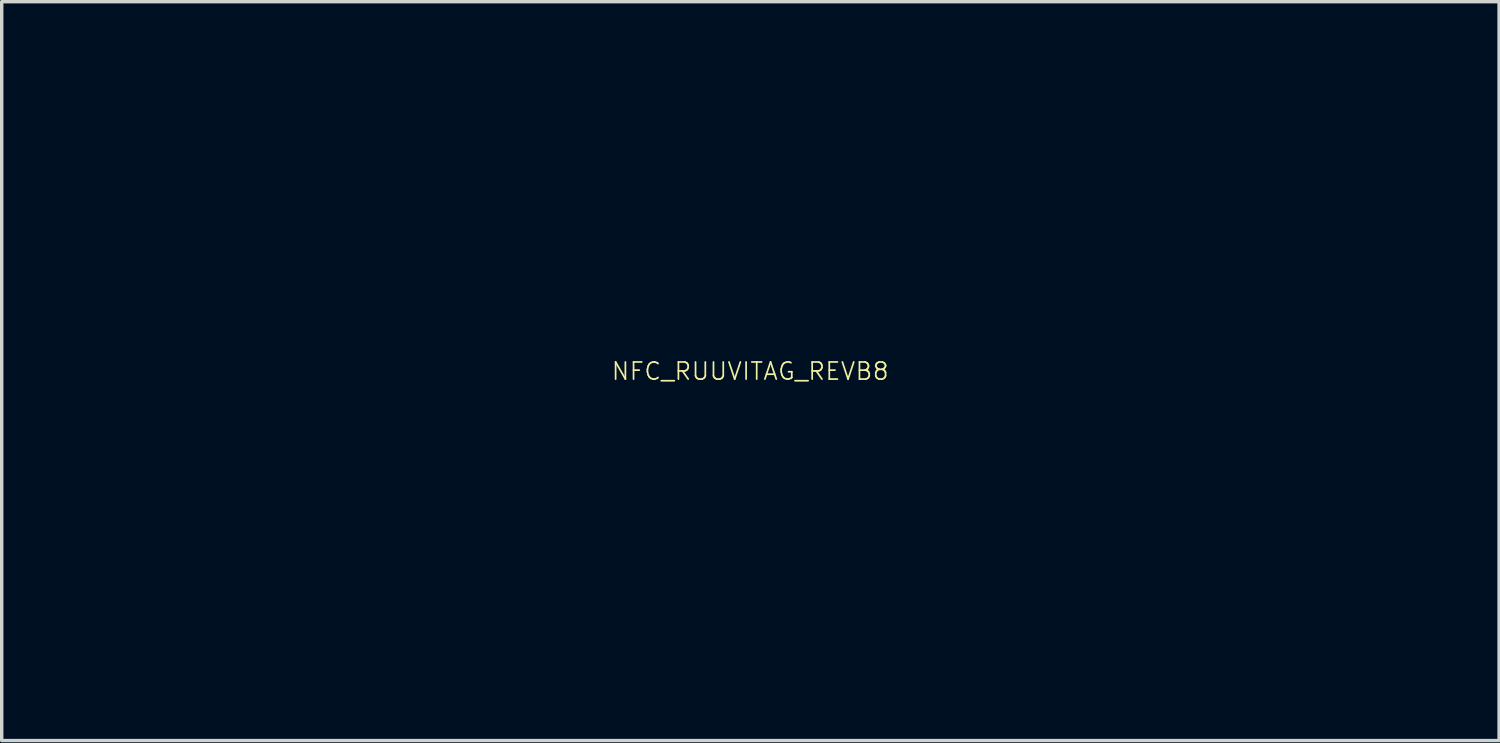
<source format=kicad_pcb>
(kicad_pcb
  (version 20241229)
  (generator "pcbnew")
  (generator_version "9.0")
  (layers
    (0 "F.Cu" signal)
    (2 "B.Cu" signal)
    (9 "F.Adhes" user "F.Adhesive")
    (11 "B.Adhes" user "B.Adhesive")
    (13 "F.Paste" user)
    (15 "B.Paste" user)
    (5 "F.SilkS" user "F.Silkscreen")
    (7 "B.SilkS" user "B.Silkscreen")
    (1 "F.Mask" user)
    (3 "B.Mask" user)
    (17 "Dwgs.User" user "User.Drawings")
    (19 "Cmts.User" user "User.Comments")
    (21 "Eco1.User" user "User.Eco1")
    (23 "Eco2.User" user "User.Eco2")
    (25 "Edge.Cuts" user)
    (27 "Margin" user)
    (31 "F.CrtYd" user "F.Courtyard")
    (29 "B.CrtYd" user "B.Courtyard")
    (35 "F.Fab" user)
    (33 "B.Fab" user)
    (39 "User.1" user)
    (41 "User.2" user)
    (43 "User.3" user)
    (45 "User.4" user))
  (footprint "NFC_RUUVITAG_REVB8"
    (layer "F.Cu")
    (at 18.85 7.788)
    (property "Reference" "NFC_RUUVITAG_REVB8" (at 0 0 0) (layer "F.SilkS") (effects (font (size 0.5 0.5) (thickness 0.05))))
    (attr through_hole)
    (fp_poly (pts (xy 11.759 -7.758) (xy 11.763 -7.756) (xy 11.769 -7.752) (xy 11.779 -7.745) (xy 11.794 -7.736) (xy 11.812 -7.724) (xy 11.835 -7.709) (xy 11.863 -7.691) (xy 11.896 -7.67) (xy 11.934 -7.645) (xy 11.978 -7.616) (xy 12.029 -7.584) (xy 12.085 -7.547) (xy 12.148 -7.507) (xy 12.218 -7.461) (xy 12.295 -7.411) (xy 12.38 -7.357) (xy 12.472 -7.297) (xy 12.573 -7.232) (xy 12.682 -7.161) (xy 12.799 -7.085) (xy 12.926 -7.004) (xy 13.062 -6.916) (xy 13.207 -6.822) (xy 13.362 -6.721) (xy 13.527 -6.615) (xy 13.703 -6.501) (xy 13.89 -6.38) (xy 14.087 -6.253) (xy 14.296 -6.118) (xy 14.516 -5.975) (xy 14.748 -5.825) (xy 14.993 -5.667) (xy 15.25 -5.501) (xy 15.52 -5.326) (xy 15.802 -5.143) (xy 16.099 -4.952) (xy 16.408 -4.751) (xy 16.696 -4.565) (xy 16.851 -4.465) (xy 17.005 -4.366) (xy 17.156 -4.268) (xy 17.304 -4.172) (xy 17.447 -4.079) (xy 17.586 -3.99) (xy 17.72 -3.903) (xy 17.847 -3.821) (xy 17.967 -3.743) (xy 18.079 -3.671) (xy 18.183 -3.604) (xy 18.277 -3.543) (xy 18.362 -3.488) (xy 18.435 -3.441) (xy 18.496 -3.401) (xy 18.545 -3.37) (xy 18.581 -3.347) (xy 18.589 -3.342) (xy 18.648 -3.303) (xy 18.704 -3.267) (xy 18.753 -3.235) (xy 18.795 -3.208) (xy 18.827 -3.187) (xy 18.849 -3.173) (xy 18.857 -3.167) (xy 18.858 -3.167) (xy 18.855 -3.158) (xy 18.844 -3.136) (xy 18.824 -3.102) (xy 18.797 -3.058) (xy 18.762 -3.003) (xy 18.721 -2.94) (xy 18.674 -2.869) (xy 18.622 -2.791) (xy 18.565 -2.707) (xy 18.505 -2.617) (xy 18.442 -2.524) (xy 18.376 -2.428) (xy 18.308 -2.33) (xy 18.24 -2.231) (xy 18.171 -2.132) (xy 18.102 -2.034) (xy 18.034 -1.938) (xy 17.967 -1.844) (xy 17.903 -1.755) (xy 17.862 -1.698) (xy 17.469 -1.17) (xy 17.065 -0.656) (xy 16.65 -0.155) (xy 16.225 0.333) (xy 15.788 0.808) (xy 15.341 1.271) (xy 14.883 1.72) (xy 14.414 2.156) (xy 13.935 2.58) (xy 13.444 2.99) (xy 13.166 3.213) (xy 12.712 3.561) (xy 12.248 3.898) (xy 11.774 4.223) (xy 11.292 4.535) (xy 10.801 4.835) (xy 10.303 5.122) (xy 9.799 5.394) (xy 9.29 5.652) (xy 8.777 5.896) (xy 8.26 6.123) (xy 7.741 6.335) (xy 7.264 6.515) (xy 6.703 6.709) (xy 6.136 6.887) (xy 5.564 7.049) (xy 4.986 7.196) (xy 4.403 7.326) (xy 3.816 7.44) (xy 3.225 7.537) (xy 2.857 7.59) (xy 2.503 7.634) (xy 2.145 7.672) (xy 1.787 7.705) (xy 1.433 7.731) (xy 1.085 7.751) (xy 0.747 7.764) (xy 0.542 7.768) (xy 0.466 7.769) (xy 0.387 7.771) (xy 0.309 7.772) (xy 0.235 7.773) (xy 0.171 7.774) (xy 0.118 7.775) (xy 0.11 7.775) (xy 0.067 7.776) (xy 0.01 7.776) (xy -0.059 7.776) (xy -0.136 7.775) (xy -0.219 7.774) (xy -0.305 7.773) (xy -0.391 7.772) (xy -0.419 7.772) (xy -1.005 7.754) (xy -1.591 7.719) (xy -2.175 7.668) (xy -2.757 7.602) (xy -3.338 7.519) (xy -3.915 7.42) (xy -4.489 7.306) (xy -5.058 7.177) (xy -5.623 7.032) (xy -6.183 6.871) (xy -6.736 6.696) (xy -7.283 6.506) (xy -7.823 6.3) (xy -8.355 6.08) (xy -8.636 5.957) (xy -9.179 5.704) (xy -9.714 5.436) (xy -10.241 5.153) (xy -10.761 4.855) (xy -11.273 4.543) (xy -11.777 4.215) (xy -12.274 3.873) (xy -12.764 3.515) (xy -13.246 3.142) (xy -13.722 2.754) (xy -14.19 2.35) (xy -14.65 1.932) (xy -15.104 1.498) (xy -15.551 1.049) (xy -15.99 0.584) (xy -16.129 0.432) (xy -16.442 0.08) (xy -16.753 -0.284) (xy -17.062 -0.662) (xy -17.371 -1.054) (xy -17.679 -1.461) (xy -17.987 -1.883) (xy -18.195 -2.176) (xy -18.224 -2.218) (xy -18.259 -2.27) (xy -18.3 -2.328) (xy -18.344 -2.394) (xy -18.391 -2.463) (xy -18.441 -2.537) (xy -18.491 -2.611) (xy -18.542 -2.687) (xy -18.592 -2.761) (xy -18.64 -2.833) (xy -18.685 -2.901) (xy -18.727 -2.964) (xy -18.764 -3.019) (xy -18.795 -3.067) (xy -18.82 -3.105) (xy -18.837 -3.132) (xy -18.845 -3.146) (xy -18.845 -3.146) (xy -18.845 -3.148) (xy -18.844 -3.15) (xy -18.84 -3.154) (xy -18.835 -3.159) (xy -18.827 -3.166) (xy -18.815 -3.174) (xy -18.801 -3.185) (xy -18.782 -3.198) (xy -18.76 -3.214) (xy -18.733 -3.232) (xy -18.701 -3.254) (xy -18.664 -3.279) (xy -18.621 -3.307) (xy -18.572 -3.34) (xy -18.517 -3.376) (xy -18.456 -3.417) (xy -18.387 -3.462) (xy -18.31 -3.512) (xy -18.226 -3.567) (xy -18.134 -3.627) (xy -18.033 -3.692) (xy -17.923 -3.764) (xy -17.804 -3.841) (xy -17.675 -3.925) (xy -17.536 -4.015) (xy -17.386 -4.112) (xy -17.226 -4.216) (xy -17.054 -4.327) (xy -16.871 -4.446) (xy -16.676 -4.572) (xy -16.469 -4.706) (xy -16.249 -4.848) (xy -16.016 -4.999) (xy -15.77 -5.159) (xy -15.509 -5.327) (xy -15.468 -5.354) (xy -15.249 -5.495) (xy -15.034 -5.634) (xy -14.823 -5.771) (xy -14.616 -5.905) (xy -14.414 -6.035) (xy -14.218 -6.162) (xy -14.027 -6.286) (xy -13.842 -6.405) (xy -13.664 -6.52) (xy -13.493 -6.631) (xy -13.33 -6.736) (xy -13.174 -6.837) (xy -13.027 -6.932) (xy -12.888 -7.021) (xy -12.759 -7.105) (xy -12.64 -7.182) (xy -12.531 -7.253) (xy -12.432 -7.316) (xy -12.344 -7.373) (xy -12.268 -7.422) (xy -12.203 -7.464) (xy -12.151 -7.497) (xy -12.112 -7.522) (xy -12.085 -7.539) (xy -12.073 -7.547) (xy -12.072 -7.548) (xy -12.064 -7.542) (xy -12.048 -7.522) (xy -12.025 -7.49) (xy -11.994 -7.446) (xy -11.956 -7.391) (xy -11.912 -7.326) (xy -11.872 -7.266) (xy -11.729 -7.051) (xy -11.591 -6.849) (xy -11.458 -6.658) (xy -11.327 -6.475) (xy -11.198 -6.298) (xy -11.068 -6.125) (xy -10.935 -5.954) (xy -10.817 -5.805) (xy -10.509 -5.43) (xy -10.193 -5.067) (xy -9.869 -4.715) (xy -9.54 -4.375) (xy -9.204 -4.049) (xy -8.864 -3.737) (xy -8.52 -3.44) (xy -8.173 -3.159) (xy -8.094 -3.098) (xy -7.706 -2.808) (xy -7.315 -2.534) (xy -6.919 -2.277) (xy -6.52 -2.037) (xy -6.117 -1.812) (xy -5.71 -1.604) (xy -5.298 -1.411) (xy -4.882 -1.235) (xy -4.46 -1.074) (xy -4.033 -0.929) (xy -3.601 -0.8) (xy -3.164 -0.687) (xy -2.72 -0.588) (xy -2.679 -0.58) (xy -2.212 -0.495) (xy -1.742 -0.427) (xy -1.268 -0.375) (xy -0.793 -0.34) (xy -0.315 -0.321) (xy 0.163 -0.319) (xy 0.642 -0.333) (xy 1.121 -0.363) (xy 1.599 -0.41) (xy 2.075 -0.474) (xy 2.266 -0.504) (xy 2.715 -0.586) (xy 3.158 -0.684) (xy 3.595 -0.797) (xy 4.026 -0.925) (xy 4.453 -1.069) (xy 4.874 -1.229) (xy 5.29 -1.404) (xy 5.701 -1.596) (xy 6.109 -1.803) (xy 6.511 -2.027) (xy 6.91 -2.267) (xy 7.305 -2.523) (xy 7.696 -2.796) (xy 8.084 -3.085) (xy 8.262 -3.223) (xy 8.576 -3.481) (xy 8.89 -3.753) (xy 9.202 -4.04) (xy 9.512 -4.34) (xy 9.817 -4.652) (xy 10.116 -4.973) (xy 10.409 -5.304) (xy 10.693 -5.641) (xy 10.968 -5.985) (xy 11.232 -6.334) (xy 11.3 -6.426) (xy 11.368 -6.52) (xy 11.436 -6.615) (xy 11.504 -6.712) (xy 11.575 -6.814) (xy 11.652 -6.925) (xy 11.733 -7.044) (xy 11.77 -7.098) (xy 11.804 -7.146) (xy 11.834 -7.188) (xy 11.858 -7.221) (xy 11.877 -7.245) (xy 11.887 -7.257) (xy 11.889 -7.258) (xy 11.897 -7.253) (xy 11.918 -7.239) (xy 11.952 -7.217) (xy 11.998 -7.186) (xy 12.056 -7.148) (xy 12.126 -7.101) (xy 12.207 -7.048) (xy 12.298 -6.988) (xy 12.399 -6.921) (xy 12.509 -6.848) (xy 12.627 -6.77) (xy 12.754 -6.686) (xy 12.888 -6.597) (xy 13.03 -6.503) (xy 13.178 -6.405) (xy 13.332 -6.303) (xy 13.491 -6.198) (xy 13.656 -6.089) (xy 13.824 -5.977) (xy 13.997 -5.863) (xy 14.173 -5.746) (xy 14.351 -5.628) (xy 14.532 -5.508) (xy 14.714 -5.387) (xy 14.898 -5.266) (xy 15.082 -5.144) (xy 15.266 -5.022) (xy 15.449 -4.9) (xy 15.632 -4.779) (xy 15.812 -4.66) (xy 15.991 -4.541) (xy 16.167 -4.425) (xy 16.34 -4.31) (xy 16.509 -4.198) (xy 16.673 -4.089) (xy 16.833 -3.983) (xy 16.988 -3.88) (xy 17.136 -3.782) (xy 17.278 -3.688) (xy 17.413 -3.598) (xy 17.54 -3.514) (xy 17.66 -3.435) (xy 17.77 -3.361) (xy 17.871 -3.294) (xy 17.963 -3.233) (xy 18.045 -3.179) (xy 18.115 -3.132) (xy 18.174 -3.093) (xy 18.222 -3.062) (xy 18.256 -3.038) (xy 18.278 -3.024) (xy 18.286 -3.018) (xy 18.287 -3.018) (xy 18.283 -3.01) (xy 18.271 -2.99) (xy 18.251 -2.958) (xy 18.223 -2.916) (xy 18.189 -2.865) (xy 18.15 -2.806) (xy 18.106 -2.741) (xy 18.058 -2.671) (xy 18.007 -2.597) (xy 17.954 -2.52) (xy 17.9 -2.442) (xy 17.845 -2.363) (xy 17.791 -2.286) (xy 17.738 -2.211) (xy 17.687 -2.139) (xy 17.639 -2.072) (xy 17.638 -2.07) (xy 17.254 -1.549) (xy 16.861 -1.042) (xy 16.459 -0.549) (xy 16.048 -0.07) (xy 15.627 0.396) (xy 15.195 0.849) (xy 14.754 1.289) (xy 14.302 1.717) (xy 13.839 2.133) (xy 13.364 2.538) (xy 13.335 2.562) (xy 12.879 2.929) (xy 12.413 3.284) (xy 11.939 3.625) (xy 11.456 3.953) (xy 10.966 4.267) (xy 10.469 4.566) (xy 9.965 4.852) (xy 9.456 5.122) (xy 8.941 5.377) (xy 8.421 5.617) (xy 7.898 5.841) (xy 7.37 6.049) (xy 7.023 6.176) (xy 6.464 6.366) (xy 5.899 6.54) (xy 5.33 6.697) (xy 4.757 6.838) (xy 4.179 6.963) (xy 3.597 7.072) (xy 3.011 7.164) (xy 2.421 7.24) (xy 1.828 7.299) (xy 1.23 7.342) (xy 1.185 7.345) (xy 0.905 7.358) (xy 0.612 7.367) (xy 0.31 7.373) (xy 0.003 7.374) (xy -0.307 7.372) (xy -0.614 7.366) (xy -0.917 7.356) (xy -1.21 7.343) (xy -1.456 7.328) (xy -2.034 7.28) (xy -2.612 7.217) (xy -3.188 7.137) (xy -3.761 7.042) (xy -4.332 6.93) (xy -4.898 6.803) (xy -5.459 6.661) (xy -6.015 6.504) (xy -6.565 6.331) (xy -7.107 6.144) (xy -7.642 5.942) (xy -7.692 5.922) (xy -8.049 5.776) (xy -8.413 5.617) (xy -8.781 5.448) (xy -9.15 5.27) (xy -9.517 5.085) (xy -9.879 4.894) (xy -10.232 4.699) (xy -10.287 4.667) (xy -10.783 4.375) (xy -11.271 4.069) (xy -11.751 3.75) (xy -12.224 3.417) (xy -12.69 3.069) (xy -13.15 2.707) (xy -13.604 2.329) (xy -14.054 1.935) (xy -14.351 1.664) (xy -14.786 1.25) (xy -15.211 0.825) (xy -15.626 0.389) (xy -16.031 -0.06) (xy -16.428 -0.522) (xy -16.817 -0.997) (xy -17.198 -1.486) (xy -17.572 -1.99) (xy -17.925 -2.489) (xy -17.995 -2.591) (xy -18.056 -2.679) (xy -18.108 -2.756) (xy -18.152 -2.82) (xy -18.188 -2.875) (xy -18.217 -2.919) (xy -18.24 -2.954) (xy -18.256 -2.981) (xy -18.266 -3.001) (xy -18.272 -3.014) (xy -18.272 -3.021) (xy -18.271 -3.023) (xy -18.264 -3.027) (xy -18.247 -3.039) (xy -18.218 -3.058) (xy -18.177 -3.084) (xy -18.126 -3.119) (xy -18.063 -3.16) (xy -17.988 -3.21) (xy -17.902 -3.267) (xy -17.803 -3.332) (xy -17.693 -3.405) (xy -17.571 -3.487) (xy -17.436 -3.576) (xy -17.289 -3.673) (xy -17.13 -3.779) (xy -16.959 -3.892) (xy -16.774 -4.015) (xy -16.577 -4.145) (xy -16.367 -4.285) (xy -16.145 -4.432) (xy -15.909 -4.589) (xy -15.66 -4.754) (xy -15.398 -4.928) (xy -15.122 -5.111) (xy -14.833 -5.303) (xy -14.53 -5.504) (xy -14.213 -5.714) (xy -13.883 -5.933) (xy -13.539 -6.162) (xy -13.374 -6.271) (xy -13.247 -6.355) (xy -13.124 -6.437) (xy -13.006 -6.515) (xy -12.893 -6.59) (xy -12.786 -6.661) (xy -12.685 -6.728) (xy -12.593 -6.789) (xy -12.508 -6.845) (xy -12.433 -6.895) (xy -12.367 -6.939) (xy -12.312 -6.975) (xy -12.267 -7.004) (xy -12.235 -7.026) (xy -12.216 -7.038) (xy -12.21 -7.042) (xy -12.203 -7.037) (xy -12.19 -7.021) (xy -12.18 -7.006) (xy -12.162 -6.977) (xy -12.135 -6.936) (xy -12.1 -6.886) (xy -12.061 -6.827) (xy -12.016 -6.762) (xy -11.969 -6.694) (xy -11.92 -6.623) (xy -11.871 -6.552) (xy -11.823 -6.484) (xy -11.778 -6.419) (xy -11.736 -6.36) (xy -11.711 -6.325) (xy -11.493 -6.025) (xy -11.271 -5.734) (xy -11.044 -5.449) (xy -10.809 -5.166) (xy -10.564 -4.882) (xy -10.308 -4.597) (xy -10.265 -4.551) (xy -10.212 -4.495) (xy -10.15 -4.431) (xy -10.081 -4.36) (xy -10.007 -4.285) (xy -9.93 -4.206) (xy -9.85 -4.126) (xy -9.771 -4.047) (xy -9.693 -3.969) (xy -9.619 -3.895) (xy -9.549 -3.827) (xy -9.487 -3.766) (xy -9.432 -3.714) (xy -9.389 -3.674) (xy -9.016 -3.339) (xy -8.637 -3.02) (xy -8.252 -2.716) (xy -7.861 -2.427) (xy -7.466 -2.154) (xy -7.065 -1.897) (xy -6.659 -1.655) (xy -6.248 -1.429) (xy -5.833 -1.22) (xy -5.414 -1.026) (xy -4.996 -0.851) (xy -4.588 -0.697) (xy -4.18 -0.557) (xy -3.771 -0.433) (xy -3.356 -0.322) (xy -2.936 -0.225) (xy -2.506 -0.141) (xy -2.332 -0.11) (xy -1.858 -0.04) (xy -1.381 0.015) (xy -0.9 0.053) (xy -0.418 0.076) (xy 0.064 0.082) (xy 0.545 0.072) (xy 1.025 0.046) (xy 1.501 0.003) (xy 1.575 -0.005) (xy 2.043 -0.065) (xy 2.502 -0.139) (xy 2.954 -0.228) (xy 3.397 -0.331) (xy 3.834 -0.449) (xy 4.265 -0.582) (xy 4.69 -0.73) (xy 5.11 -0.894) (xy 5.526 -1.073) (xy 5.938 -1.268) (xy 5.952 -1.275) (xy 6.373 -1.492) (xy 6.788 -1.726) (xy 7.197 -1.975) (xy 7.6 -2.24) (xy 7.997 -2.52) (xy 8.388 -2.814) (xy 8.771 -3.124) (xy 9.147 -3.448) (xy 9.515 -3.786) (xy 9.875 -4.138) (xy 10.172 -4.445) (xy 10.534 -4.84) (xy 10.883 -5.244) (xy 11.218 -5.656) (xy 11.539 -6.076) (xy 11.845 -6.501) (xy 11.942 -6.642) (xy 11.968 -6.68) (xy 11.99 -6.712) (xy 12.007 -6.737) (xy 12.017 -6.752) (xy 12.019 -6.755) (xy 12.027 -6.751) (xy 12.047 -6.738) (xy 12.08 -6.716) (xy 12.124 -6.686) (xy 12.179 -6.649) (xy 12.244 -6.605) (xy 12.318 -6.555) (xy 12.401 -6.499) (xy 12.491 -6.438) (xy 12.588 -6.372) (xy 12.691 -6.302) (xy 12.799 -6.228) (xy 12.911 -6.152) (xy 12.981 -6.104) (xy 13.229 -5.935) (xy 13.463 -5.775) (xy 13.685 -5.624) (xy 13.895 -5.48) (xy 14.095 -5.344) (xy 14.285 -5.215) (xy 14.465 -5.091) (xy 14.637 -4.974) (xy 14.802 -4.862) (xy 14.96 -4.754) (xy 15.111 -4.651) (xy 15.258 -4.551) (xy 15.4 -4.454) (xy 15.539 -4.359) (xy 15.674 -4.267) (xy 15.808 -4.176) (xy 15.941 -4.085) (xy 16.073 -3.995) (xy 16.206 -3.904) (xy 16.34 -3.813) (xy 16.476 -3.72) (xy 16.614 -3.626) (xy 16.641 -3.607) (xy 16.762 -3.525) (xy 16.879 -3.445) (xy 16.991 -3.369) (xy 17.098 -3.296) (xy 17.199 -3.227) (xy 17.293 -3.163) (xy 17.379 -3.104) (xy 17.457 -3.05) (xy 17.526 -3.003) (xy 17.585 -2.963) (xy 17.633 -2.93) (xy 17.67 -2.905) (xy 17.694 -2.888) (xy 17.705 -2.88) (xy 17.706 -2.879) (xy 17.703 -2.871) (xy 17.691 -2.849) (xy 17.671 -2.817) (xy 17.642 -2.774) (xy 17.607 -2.721) (xy 17.565 -2.661) (xy 17.518 -2.593) (xy 17.466 -2.519) (xy 17.41 -2.44) (xy 17.351 -2.357) (xy 17.289 -2.271) (xy 17.225 -2.183) (xy 17.161 -2.095) (xy 17.096 -2.007) (xy 17.032 -1.92) (xy 17.003 -1.882) (xy 16.624 -1.387) (xy 16.233 -0.903) (xy 15.832 -0.43) (xy 15.42 0.03) (xy 14.998 0.478) (xy 14.566 0.913) (xy 14.125 1.335) (xy 13.675 1.744) (xy 13.217 2.139) (xy 12.751 2.52) (xy 12.277 2.886) (xy 11.795 3.237) (xy 11.629 3.353) (xy 11.228 3.624) (xy 10.816 3.888) (xy 10.396 4.144) (xy 9.968 4.391) (xy 9.536 4.627) (xy 9.1 4.853) (xy 8.663 5.066) (xy 8.226 5.267) (xy 7.792 5.453) (xy 7.374 5.62) (xy 6.823 5.823) (xy 6.267 6.009) (xy 5.707 6.179) (xy 5.143 6.333) (xy 4.574 6.47) (xy 4.002 6.591) (xy 3.426 6.695) (xy 2.847 6.783) (xy 2.264 6.855) (xy 1.679 6.91) (xy 1.09 6.948) (xy 0.499 6.97) (xy -0.095 6.976) (xy -0.691 6.965) (xy -1.29 6.937) (xy -1.528 6.921) (xy -2.098 6.872) (xy -2.669 6.806) (xy -3.24 6.724) (xy -3.81 6.626) (xy -4.377 6.512) (xy -4.942 6.381) (xy -5.501 6.235) (xy -5.596 6.209) (xy -6.136 6.049) (xy -6.67 5.874) (xy -7.198 5.684) (xy -7.72 5.478) (xy -8.238 5.257) (xy -8.752 5.02) (xy -9.263 4.767) (xy -9.77 4.498) (xy -10.275 4.212) (xy -10.359 4.163) (xy -10.842 3.869) (xy -11.32 3.559) (xy -11.793 3.233) (xy -12.26 2.892) (xy -12.721 2.537) (xy -13.175 2.168) (xy -13.622 1.784) (xy -14.061 1.387) (xy -14.492 0.978) (xy -14.914 0.555) (xy -15.328 0.121) (xy -15.732 -0.325) (xy -16.125 -0.783) (xy -16.508 -1.251) (xy -16.785 -1.604) (xy -16.848 -1.686) (xy -16.913 -1.772) (xy -16.979 -1.861) (xy -17.047 -1.952) (xy -17.115 -2.045) (xy -17.183 -2.137) (xy -17.25 -2.228) (xy -17.314 -2.318) (xy -17.376 -2.404) (xy -17.435 -2.486) (xy -17.49 -2.563) (xy -17.54 -2.635) (xy -17.584 -2.699) (xy -17.622 -2.755) (xy -17.653 -2.802) (xy -17.677 -2.838) (xy -17.692 -2.864) (xy -17.698 -2.878) (xy -17.698 -2.879) (xy -17.69 -2.885) (xy -17.669 -2.899) (xy -17.636 -2.922) (xy -17.591 -2.953) (xy -17.534 -2.991) (xy -17.468 -3.037) (xy -17.391 -3.089) (xy -17.306 -3.147) (xy -17.213 -3.211) (xy -17.112 -3.28) (xy -17.004 -3.353) (xy -16.89 -3.431) (xy -16.771 -3.512) (xy -16.648 -3.596) (xy -16.521 -3.683) (xy -16.506 -3.693) (xy -16.209 -3.896) (xy -15.9 -4.107) (xy -15.582 -4.324) (xy -15.257 -4.545) (xy -14.927 -4.77) (xy -14.596 -4.996) (xy -14.264 -5.222) (xy -13.935 -5.447) (xy -13.611 -5.668) (xy -13.295 -5.884) (xy -12.987 -6.093) (xy -12.851 -6.186) (xy -12.769 -6.242) (xy -12.692 -6.295) (xy -12.619 -6.344) (xy -12.553 -6.389) (xy -12.494 -6.428) (xy -12.444 -6.462) (xy -12.403 -6.489) (xy -12.374 -6.509) (xy -12.356 -6.521) (xy -12.352 -6.523) (xy -12.342 -6.518) (xy -12.325 -6.499) (xy -12.301 -6.467) (xy -12.27 -6.424) (xy -12.264 -6.416) (xy -11.972 -6.001) (xy -11.669 -5.594) (xy -11.354 -5.196) (xy -11.029 -4.808) (xy -10.695 -4.429) (xy -10.352 -4.063) (xy -10.002 -3.708) (xy -9.645 -3.367) (xy -9.282 -3.04) (xy -8.914 -2.728) (xy -8.742 -2.589) (xy -8.348 -2.286) (xy -7.947 -1.997) (xy -7.541 -1.724) (xy -7.128 -1.467) (xy -6.711 -1.225) (xy -6.287 -0.999) (xy -5.859 -0.789) (xy -5.425 -0.595) (xy -4.987 -0.417) (xy -4.58 -0.268) (xy -4.15 -0.128) (xy -3.712 -0.001) (xy -3.266 0.111) (xy -2.814 0.209) (xy -2.355 0.291) (xy -1.891 0.359) (xy -1.423 0.413) (xy -0.952 0.451) (xy -0.478 0.474) (xy -0.001 0.482) (xy 0.476 0.474) (xy 0.954 0.451) (xy 1.058 0.444) (xy 1.544 0.402) (xy 2.024 0.344) (xy 2.497 0.27) (xy 2.964 0.18) (xy 3.426 0.075) (xy 3.882 -0.046) (xy 4.332 -0.183) (xy 4.777 -0.336) (xy 5.217 -0.506) (xy 5.651 -0.691) (xy 6.08 -0.892) (xy 6.505 -1.109) (xy 6.924 -1.342) (xy 7.339 -1.592) (xy 7.749 -1.858) (xy 8.155 -2.14) (xy 8.403 -2.322) (xy 8.778 -2.613) (xy 9.148 -2.919) (xy 9.514 -3.24) (xy 9.873 -3.575) (xy 10.225 -3.923) (xy 10.569 -4.283) (xy 10.905 -4.654) (xy 11.231 -5.035) (xy 11.547 -5.426) (xy 11.851 -5.826) (xy 12.027 -6.068) (xy 12.155 -6.247) (xy 12.29 -6.152) (xy 12.307 -6.139) (xy 12.338 -6.118) (xy 12.382 -6.087) (xy 12.438 -6.048) (xy 12.505 -6) (xy 12.583 -5.945) (xy 12.672 -5.883) (xy 12.771 -5.813) (xy 12.88 -5.737) (xy 12.997 -5.655) (xy 13.122 -5.566) (xy 13.255 -5.473) (xy 13.396 -5.374) (xy 13.543 -5.271) (xy 13.695 -5.163) (xy 13.854 -5.052) (xy 14.017 -4.937) (xy 14.185 -4.819) (xy 14.357 -4.698) (xy 14.532 -4.575) (xy 14.668 -4.479) (xy 14.845 -4.355) (xy 15.019 -4.233) (xy 15.189 -4.113) (xy 15.355 -3.996) (xy 15.517 -3.882) (xy 15.673 -3.772) (xy 15.824 -3.666) (xy 15.968 -3.565) (xy 16.106 -3.468) (xy 16.236 -3.376) (xy 16.359 -3.29) (xy 16.472 -3.21) (xy 16.577 -3.136) (xy 16.673 -3.069) (xy 16.758 -3.01) (xy 16.832 -2.957) (xy 16.896 -2.913) (xy 16.947 -2.876) (xy 16.986 -2.849) (xy 17.013 -2.83) (xy 17.024 -2.822) (xy 17.136 -2.743) (xy 17.019 -2.58) (xy 16.757 -2.22) (xy 16.496 -1.873) (xy 16.234 -1.537) (xy 15.968 -1.208) (xy 15.696 -0.884) (xy 15.416 -0.563) (xy 15.125 -0.24) (xy 14.919 -0.017) (xy 14.877 0.027) (xy 14.825 0.081) (xy 14.764 0.144) (xy 14.696 0.213) (xy 14.622 0.288) (xy 14.544 0.367) (xy 14.463 0.448) (xy 14.382 0.529) (xy 14.301 0.609) (xy 14.223 0.687) (xy 14.149 0.76) (xy 14.08 0.827) (xy 14.019 0.886) (xy 13.967 0.937) (xy 13.936 0.965) (xy 13.518 1.349) (xy 13.098 1.716) (xy 12.676 2.067) (xy 12.25 2.404) (xy 11.819 2.728) (xy 11.382 3.038) (xy 10.938 3.337) (xy 10.486 3.623) (xy 10.335 3.716) (xy 9.931 3.954) (xy 9.518 4.184) (xy 9.098 4.406) (xy 8.675 4.617) (xy 8.25 4.817) (xy 7.826 5.005) (xy 7.405 5.179) (xy 7.209 5.255) (xy 6.67 5.453) (xy 6.125 5.635) (xy 5.575 5.802) (xy 5.02 5.952) (xy 4.461 6.086) (xy 3.897 6.204) (xy 3.329 6.306) (xy 2.758 6.392) (xy 2.184 6.461) (xy 1.606 6.514) (xy 1.027 6.551) (xy 0.445 6.572) (xy -0.139 6.576) (xy -0.724 6.564) (xy -1.31 6.535) (xy -1.854 6.493) (xy -2.415 6.435) (xy -2.975 6.361) (xy -3.532 6.271) (xy -4.086 6.165) (xy -4.636 6.044) (xy -5.182 5.908) (xy -5.723 5.756) (xy -6.257 5.59) (xy -6.785 5.41) (xy -7.305 5.215) (xy -7.816 5.005) (xy -8.153 4.857) (xy -8.678 4.612) (xy -9.194 4.353) (xy -9.701 4.08) (xy -10.2 3.793) (xy -10.691 3.492) (xy -11.174 3.176) (xy -11.65 2.845) (xy -12.119 2.499) (xy -12.58 2.139) (xy -13.035 1.763) (xy -13.483 1.372) (xy -13.926 0.965) (xy -14.337 0.567) (xy -14.702 0.199) (xy -15.052 -0.17) (xy -15.391 -0.543) (xy -15.721 -0.922) (xy -16.044 -1.311) (xy -16.363 -1.712) (xy -16.477 -1.859) (xy -16.521 -1.916) (xy -16.569 -1.979) (xy -16.619 -2.047) (xy -16.672 -2.117) (xy -16.726 -2.19) (xy -16.78 -2.263) (xy -16.834 -2.335) (xy -16.885 -2.406) (xy -16.934 -2.473) (xy -16.98 -2.535) (xy -17.021 -2.592) (xy -17.056 -2.642) (xy -17.085 -2.683) (xy -17.107 -2.714) (xy -17.12 -2.734) (xy -17.124 -2.742) (xy -17.117 -2.748) (xy -17.099 -2.762) (xy -17.072 -2.782) (xy -17.037 -2.807) (xy -17.01 -2.826) (xy -16.873 -2.922) (xy -16.731 -3.023) (xy -16.583 -3.127) (xy -16.431 -3.234) (xy -16.274 -3.344) (xy -16.114 -3.457) (xy -15.951 -3.571) (xy -15.786 -3.688) (xy -15.618 -3.805) (xy -15.45 -3.924) (xy -15.28 -4.043) (xy -15.111 -4.162) (xy -14.942 -4.281) (xy -14.774 -4.399) (xy -14.608 -4.516) (xy -14.443 -4.631) (xy -14.281 -4.745) (xy -14.123 -4.856) (xy -13.968 -4.965) (xy -13.818 -5.07) (xy -13.673 -5.172) (xy -13.533 -5.27) (xy -13.4 -5.364) (xy -13.273 -5.453) (xy -13.153 -5.537) (xy -13.041 -5.615) (xy -12.937 -5.688) (xy -12.843 -5.754) (xy -12.758 -5.814) (xy -12.682 -5.866) (xy -12.618 -5.911) (xy -12.565 -5.949) (xy -12.523 -5.977) (xy -12.494 -5.998) (xy -12.478 -6.009) (xy -12.474 -6.011) (xy -12.467 -6.004) (xy -12.453 -5.986) (xy -12.431 -5.958) (xy -12.405 -5.922) (xy -12.376 -5.881) (xy -12.374 -5.878) (xy -12.139 -5.553) (xy -11.889 -5.226) (xy -11.627 -4.898) (xy -11.354 -4.573) (xy -11.072 -4.252) (xy -10.783 -3.938) (xy -10.49 -3.632) (xy -10.193 -3.337) (xy -9.896 -3.055) (xy -9.804 -2.971) (xy -9.427 -2.638) (xy -9.042 -2.319) (xy -8.65 -2.014) (xy -8.252 -1.724) (xy -7.848 -1.449) (xy -7.438 -1.188) (xy -7.023 -0.943) (xy -6.604 -0.713) (xy -6.18 -0.499) (xy -5.752 -0.302) (xy -5.364 -0.138) (xy -4.929 0.03) (xy -4.49 0.182) (xy -4.048 0.319) (xy -3.601 0.44) (xy -3.149 0.547) (xy -2.69 0.639) (xy -2.224 0.716) (xy -1.75 0.779) (xy -1.304 0.825) (xy -1.064 0.844) (xy -0.826 0.859) (xy -0.587 0.87) (xy -0.344 0.876) (xy -0.091 0.879) (xy 0.174 0.878) (xy 0.178 0.878) (xy 0.293 0.876) (xy 0.394 0.875) (xy 0.484 0.873) (xy 0.565 0.871) (xy 0.641 0.869) (xy 0.714 0.866) (xy 0.786 0.862) (xy 0.862 0.858) (xy 0.943 0.853) (xy 1.032 0.847) (xy 1.033 0.847) (xy 1.529 0.805) (xy 2.018 0.747) (xy 2.501 0.673) (xy 2.978 0.584) (xy 3.449 0.479) (xy 3.914 0.359) (xy 4.373 0.222) (xy 4.826 0.07) (xy 5.274 -0.099) (xy 5.717 -0.283) (xy 6.154 -0.484) (xy 6.586 -0.7) (xy 7.013 -0.933) (xy 7.436 -1.182) (xy 7.853 -1.447) (xy 7.874 -1.461) (xy 8.175 -1.665) (xy 8.478 -1.881) (xy 8.779 -2.107) (xy 9.075 -2.339) (xy 9.36 -2.574) (xy 9.381 -2.592) (xy 9.712 -2.88) (xy 10.041 -3.184) (xy 10.367 -3.501) (xy 10.689 -3.829) (xy 11.004 -4.167) (xy 11.31 -4.512) (xy 11.607 -4.864) (xy 11.892 -5.219) (xy 12.164 -5.577) (xy 12.187 -5.607) (xy 12.278 -5.732) (xy 12.318 -5.704) (xy 12.345 -5.684) (xy 12.385 -5.656) (xy 12.435 -5.619) (xy 12.497 -5.574) (xy 12.569 -5.522) (xy 12.65 -5.463) (xy 12.741 -5.397) (xy 12.839 -5.326) (xy 12.945 -5.249) (xy 13.058 -5.166) (xy 13.178 -5.08) (xy 13.303 -4.989) (xy 13.433 -4.894) (xy 13.568 -4.796) (xy 13.706 -4.696) (xy 13.848 -4.593) (xy 13.992 -4.488) (xy 14.137 -4.382) (xy 14.284 -4.275) (xy 14.432 -4.167) (xy 14.58 -4.06) (xy 14.727 -3.953) (xy 14.872 -3.847) (xy 15.016 -3.743) (xy 15.157 -3.64) (xy 15.295 -3.54) (xy 15.429 -3.442) (xy 15.558 -3.348) (xy 15.682 -3.258) (xy 15.8 -3.171) (xy 15.912 -3.09) (xy 16.017 -3.013) (xy 16.114 -2.943) (xy 16.203 -2.878) (xy 16.283 -2.82) (xy 16.353 -2.769) (xy 16.413 -2.725) (xy 16.462 -2.689) (xy 16.5 -2.662) (xy 16.525 -2.643) (xy 16.537 -2.634) (xy 16.539 -2.633) (xy 16.543 -2.628) (xy 16.545 -2.622) (xy 16.543 -2.614) (xy 16.537 -2.602) (xy 16.527 -2.584) (xy 16.509 -2.559) (xy 16.485 -2.526) (xy 16.453 -2.482) (xy 16.412 -2.426) (xy 16.404 -2.416) (xy 16.141 -2.069) (xy 15.879 -1.735) (xy 15.618 -1.413) (xy 15.354 -1.099) (xy 15.085 -0.792) (xy 14.978 -0.673) (xy 14.803 -0.481) (xy 14.617 -0.283) (xy 14.423 -0.082) (xy 14.224 0.121) (xy 14.023 0.322) (xy 13.821 0.518) (xy 13.623 0.708) (xy 13.429 0.889) (xy 13.28 1.025) (xy 12.83 1.419) (xy 12.373 1.798) (xy 11.909 2.161) (xy 11.438 2.509) (xy 10.959 2.842) (xy 10.473 3.159) (xy 9.98 3.462) (xy 9.479 3.749) (xy 8.97 4.022) (xy 8.454 4.279) (xy 7.93 4.522) (xy 7.675 4.633) (xy 7.174 4.839) (xy 6.663 5.031) (xy 6.145 5.209) (xy 5.619 5.372) (xy 5.087 5.521) (xy 4.55 5.655) (xy 4.007 5.774) (xy 3.461 5.877) (xy 2.911 5.966) (xy 2.358 6.039) (xy 1.804 6.096) (xy 1.249 6.138) (xy 0.694 6.163) (xy 0.373 6.171) (xy -0.006 6.174) (xy -0.372 6.171) (xy -0.729 6.162) (xy -1.079 6.147) (xy -1.425 6.126) (xy -1.771 6.099) (xy -2.12 6.065) (xy -2.189 6.058) (xy -2.74 5.989) (xy -3.29 5.906) (xy -3.836 5.807) (xy -4.379 5.692) (xy -4.918 5.563) (xy -5.45 5.419) (xy -5.977 5.261) (xy -6.496 5.088) (xy -7.007 4.901) (xy -7.51 4.701) (xy -7.778 4.586) (xy -7.946 4.512) (xy -8.122 4.431) (xy -8.305 4.346) (xy -8.489 4.257) (xy -8.673 4.168) (xy -8.853 4.078) (xy -9.026 3.989) (xy -9.188 3.904) (xy -9.309 3.839) (xy -9.757 3.587) (xy -10.195 3.328) (xy -10.623 3.059) (xy -11.043 2.78) (xy -11.457 2.491) (xy -11.865 2.189) (xy -12.269 1.874) (xy -12.671 1.546) (xy -13.071 1.203) (xy -13.471 0.844) (xy -13.555 0.767) (xy -13.605 0.72) (xy -13.665 0.663) (xy -13.733 0.596) (xy -13.809 0.522) (xy -13.891 0.442) (xy -13.976 0.358) (xy -14.064 0.27) (xy -14.154 0.181) (xy -14.242 0.092) (xy -14.329 0.005) (xy -14.412 -0.079) (xy -14.49 -0.158) (xy -14.561 -0.231) (xy -14.624 -0.297) (xy -14.677 -0.353) (xy -14.703 -0.381) (xy -14.974 -0.677) (xy -15.232 -0.969) (xy -15.48 -1.258) (xy -15.722 -1.549) (xy -15.959 -1.845) (xy -16.195 -2.148) (xy -16.431 -2.462) (xy -16.462 -2.505) (xy -16.494 -2.547) (xy -16.516 -2.579) (xy -16.529 -2.601) (xy -16.536 -2.615) (xy -16.537 -2.624) (xy -16.534 -2.629) (xy -16.525 -2.637) (xy -16.503 -2.653) (xy -16.468 -2.679) (xy -16.422 -2.713) (xy -16.365 -2.755) (xy -16.297 -2.804) (xy -16.22 -2.861) (xy -16.135 -2.923) (xy -16.04 -2.992) (xy -15.938 -3.066) (xy -15.829 -3.146) (xy -15.714 -3.229) (xy -15.593 -3.317) (xy -15.468 -3.409) (xy -15.337 -3.503) (xy -15.203 -3.601) (xy -15.067 -3.7) (xy -14.927 -3.801) (xy -14.786 -3.903) (xy -14.644 -4.006) (xy -14.502 -4.11) (xy -14.36 -4.213) (xy -14.219 -4.315) (xy -14.079 -4.416) (xy -13.942 -4.515) (xy -13.807 -4.613) (xy -13.677 -4.707) (xy -13.55 -4.799) (xy -13.428 -4.887) (xy -13.312 -4.971) (xy -13.202 -5.05) (xy -13.099 -5.125) (xy -13.004 -5.193) (xy -12.917 -5.256) (xy -12.838 -5.313) (xy -12.769 -5.362) (xy -12.711 -5.404) (xy -12.663 -5.438) (xy -12.626 -5.464) (xy -12.602 -5.481) (xy -12.591 -5.489) (xy -12.59 -5.489) (xy -12.583 -5.48) (xy -12.568 -5.46) (xy -12.546 -5.431) (xy -12.519 -5.394) (xy -12.489 -5.353) (xy -12.484 -5.347) (xy -12.213 -4.988) (xy -11.929 -4.633) (xy -11.633 -4.282) (xy -11.328 -3.936) (xy -11.014 -3.598) (xy -10.693 -3.268) (xy -10.367 -2.949) (xy -10.036 -2.641) (xy -9.703 -2.346) (xy -9.368 -2.066) (xy -9.179 -1.915) (xy -8.77 -1.604) (xy -8.357 -1.309) (xy -7.94 -1.03) (xy -7.518 -0.768) (xy -7.092 -0.521) (xy -6.66 -0.291) (xy -6.224 -0.076) (xy -5.782 0.122) (xy -5.336 0.305) (xy -4.883 0.472) (xy -4.425 0.623) (xy -3.961 0.759) (xy -3.873 0.783) (xy -3.414 0.898) (xy -2.947 0.998) (xy -2.473 1.083) (xy -1.994 1.153) (xy -1.511 1.208) (xy -1.025 1.248) (xy -0.536 1.273) (xy -0.046 1.282) (xy 0.444 1.276) (xy 0.934 1.254) (xy 1.421 1.218) (xy 1.499 1.21) (xy 1.995 1.154) (xy 2.486 1.082) (xy 2.97 0.995) (xy 3.447 0.891) (xy 3.919 0.773) (xy 4.385 0.638) (xy 4.845 0.488) (xy 5.3 0.321) (xy 5.749 0.139) (xy 6.193 -0.059) (xy 6.632 -0.273) (xy 7.066 -0.503) (xy 7.495 -0.75) (xy 7.92 -1.013) (xy 8.339 -1.292) (xy 8.755 -1.587) (xy 8.863 -1.667) (xy 9.231 -1.951) (xy 9.596 -2.25) (xy 9.958 -2.564) (xy 10.314 -2.892) (xy 10.665 -3.231) (xy 11.008 -3.582) (xy 11.343 -3.942) (xy 11.668 -4.312) (xy 11.982 -4.689) (xy 12.285 -5.072) (xy 12.292 -5.082) (xy 12.323 -5.122) (xy 12.35 -5.156) (xy 12.373 -5.183) (xy 12.388 -5.201) (xy 12.395 -5.207) (xy 12.403 -5.202) (xy 12.423 -5.187) (xy 12.456 -5.164) (xy 12.499 -5.131) (xy 12.553 -5.091) (xy 12.617 -5.043) (xy 12.69 -4.989) (xy 12.772 -4.928) (xy 12.861 -4.861) (xy 12.957 -4.789) (xy 13.059 -4.712) (xy 13.166 -4.631) (xy 13.279 -4.547) (xy 13.395 -4.46) (xy 13.438 -4.427) (xy 13.572 -4.326) (xy 13.712 -4.22) (xy 13.857 -4.111) (xy 14.005 -4) (xy 14.154 -3.887) (xy 14.304 -3.774) (xy 14.452 -3.663) (xy 14.596 -3.554) (xy 14.735 -3.449) (xy 14.868 -3.349) (xy 14.992 -3.255) (xy 15.107 -3.169) (xy 15.21 -3.092) (xy 15.226 -3.08) (xy 15.977 -2.513) (xy 15.954 -2.482) (xy 15.865 -2.364) (xy 15.766 -2.236) (xy 15.659 -2.101) (xy 15.546 -1.96) (xy 15.43 -1.816) (xy 15.312 -1.672) (xy 15.193 -1.53) (xy 15.076 -1.392) (xy 14.964 -1.261) (xy 14.906 -1.194) (xy 14.806 -1.081) (xy 14.712 -0.975) (xy 14.62 -0.874) (xy 14.53 -0.775) (xy 14.439 -0.677) (xy 14.345 -0.578) (xy 14.247 -0.476) (xy 14.142 -0.368) (xy 14.029 -0.254) (xy 13.907 -0.131) (xy 13.865 -0.088) (xy 13.689 0.086) (xy 13.523 0.249) (xy 13.362 0.403) (xy 13.206 0.55) (xy 13.052 0.692) (xy 12.898 0.831) (xy 12.741 0.968) (xy 12.58 1.107) (xy 12.411 1.249) (xy 12.319 1.326) (xy 11.874 1.683) (xy 11.42 2.028) (xy 10.956 2.359) (xy 10.484 2.676) (xy 10.005 2.979) (xy 9.518 3.268) (xy 9.025 3.541) (xy 8.525 3.799) (xy 8.02 4.042) (xy 7.511 4.268) (xy 7.51 4.269) (xy 6.998 4.478) (xy 6.479 4.672) (xy 5.954 4.85) (xy 5.421 5.013) (xy 4.883 5.161) (xy 4.34 5.293) (xy 3.791 5.409) (xy 3.237 5.51) (xy 2.679 5.594) (xy 2.116 5.663) (xy 1.551 5.716) (xy 1.274 5.736) (xy 1.171 5.742) (xy 1.077 5.748) (xy 0.988 5.753) (xy 0.903 5.757) (xy 0.82 5.76) (xy 0.737 5.763) (xy 0.652 5.765) (xy 0.562 5.767) (xy 0.465 5.768) (xy 0.359 5.769) (xy 0.243 5.77) (xy 0.113 5.77) (xy 0 5.77) (xy -0.14 5.77) (xy -0.266 5.77) (xy -0.378 5.769) (xy -0.481 5.768) (xy -0.575 5.767) (xy -0.663 5.765) (xy -0.747 5.763) (xy -0.829 5.76) (xy -0.912 5.756) (xy -0.997 5.752) (xy -1.087 5.747) (xy -1.184 5.741) (xy -1.29 5.734) (xy -1.325 5.732) (xy -1.884 5.686) (xy -2.441 5.625) (xy -2.995 5.548) (xy -3.546 5.455) (xy -4.092 5.346) (xy -4.634 5.222) (xy -5.171 5.082) (xy -5.701 4.928) (xy -6.226 4.758) (xy -6.742 4.573) (xy -7.252 4.374) (xy -7.524 4.26) (xy -8.041 4.029) (xy -8.552 3.783) (xy -9.056 3.52) (xy -9.554 3.243) (xy -10.045 2.95) (xy -10.528 2.643) (xy -11.003 2.321) (xy -11.471 1.984) (xy -11.93 1.633) (xy -12.213 1.406) (xy -12.666 1.026) (xy -13.11 0.631) (xy -13.546 0.223) (xy -13.973 -0.199) (xy -14.389 -0.632) (xy -14.795 -1.078) (xy -15.189 -1.533) (xy -15.571 -1.999) (xy -15.819 -2.315) (xy -15.863 -2.374) (xy -15.899 -2.421) (xy -15.925 -2.457) (xy -15.943 -2.484) (xy -15.954 -2.502) (xy -15.959 -2.514) (xy -15.958 -2.52) (xy -15.958 -2.52) (xy -15.95 -2.526) (xy -15.929 -2.541) (xy -15.897 -2.566) (xy -15.853 -2.6) (xy -15.798 -2.641) (xy -15.734 -2.69) (xy -15.66 -2.745) (xy -15.578 -2.807) (xy -15.488 -2.875) (xy -15.391 -2.948) (xy -15.288 -3.026) (xy -15.179 -3.108) (xy -15.065 -3.194) (xy -14.947 -3.283) (xy -14.825 -3.375) (xy -14.701 -3.469) (xy -14.574 -3.564) (xy -14.447 -3.66) (xy -14.318 -3.757) (xy -14.19 -3.853) (xy -14.062 -3.95) (xy -13.936 -4.044) (xy -13.813 -4.138) (xy -13.692 -4.229) (xy -13.574 -4.317) (xy -13.462 -4.402) (xy -13.354 -4.483) (xy -13.252 -4.56) (xy -13.156 -4.632) (xy -13.068 -4.698) (xy -12.987 -4.759) (xy -12.915 -4.813) (xy -12.853 -4.86) (xy -12.8 -4.899) (xy -12.759 -4.93) (xy -12.729 -4.953) (xy -12.711 -4.966) (xy -12.705 -4.97) (xy -12.699 -4.964) (xy -12.685 -4.946) (xy -12.664 -4.92) (xy -12.639 -4.886) (xy -12.623 -4.866) (xy -12.348 -4.514) (xy -12.058 -4.163) (xy -11.758 -3.816) (xy -11.447 -3.474) (xy -11.129 -3.14) (xy -10.806 -2.816) (xy -10.478 -2.503) (xy -10.149 -2.204) (xy -9.957 -2.037) (xy -9.562 -1.709) (xy -9.16 -1.395) (xy -8.751 -1.096) (xy -8.336 -0.811) (xy -7.915 -0.541) (xy -7.489 -0.287) (xy -7.057 -0.047) (xy -6.62 0.177) (xy -6.179 0.385) (xy -5.734 0.577) (xy -5.286 0.753) (xy -4.834 0.913) (xy -4.597 0.989) (xy -4.123 1.13) (xy -3.642 1.254) (xy -3.156 1.363) (xy -2.666 1.456) (xy -2.171 1.533) (xy -1.674 1.594) (xy -1.173 1.639) (xy -0.671 1.669) (xy -0.167 1.682) (xy 0.337 1.68) (xy 0.842 1.661) (xy 1.346 1.626) (xy 1.849 1.575) (xy 2.35 1.508) (xy 2.574 1.472) (xy 3.062 1.383) (xy 3.543 1.28) (xy 4.017 1.161) (xy 4.483 1.027) (xy 4.944 0.877) (xy 5.399 0.712) (xy 5.85 0.531) (xy 5.961 0.484) (xy 6.411 0.281) (xy 6.856 0.062) (xy 7.296 -0.173) (xy 7.73 -0.424) (xy 8.159 -0.69) (xy 8.581 -0.971) (xy 8.996 -1.267) (xy 9.405 -1.578) (xy 9.807 -1.904) (xy 10.202 -2.245) (xy 10.589 -2.599) (xy 10.969 -2.968) (xy 11.341 -3.35) (xy 11.704 -3.747) (xy 12.059 -4.156) (xy 12.124 -4.233) (xy 12.162 -4.279) (xy 12.204 -4.33) (xy 12.248 -4.384) (xy 12.293 -4.439) (xy 12.337 -4.493) (xy 12.378 -4.544) (xy 12.416 -4.591) (xy 12.448 -4.631) (xy 12.473 -4.662) (xy 12.489 -4.684) (xy 12.493 -4.689) (xy 12.5 -4.684) (xy 12.519 -4.669) (xy 12.55 -4.645) (xy 12.592 -4.612) (xy 12.645 -4.571) (xy 12.707 -4.523) (xy 12.778 -4.467) (xy 12.858 -4.405) (xy 12.944 -4.337) (xy 13.038 -4.265) (xy 13.137 -4.187) (xy 13.242 -4.105) (xy 13.351 -4.02) (xy 13.464 -3.932) (xy 13.58 -3.841) (xy 13.698 -3.749) (xy 13.818 -3.655) (xy 13.938 -3.561) (xy 14.059 -3.466) (xy 14.179 -3.373) (xy 14.297 -3.28) (xy 14.414 -3.189) (xy 14.527 -3.1) (xy 14.637 -3.014) (xy 14.743 -2.931) (xy 14.843 -2.853) (xy 14.938 -2.779) (xy 15.026 -2.71) (xy 15.106 -2.646) (xy 15.179 -2.589) (xy 15.243 -2.539) (xy 15.297 -2.496) (xy 15.341 -2.462) (xy 15.36 -2.447) (xy 15.4 -2.416) (xy 15.255 -2.234) (xy 14.881 -1.779) (xy 14.497 -1.334) (xy 14.102 -0.901) (xy 13.698 -0.48) (xy 13.284 -0.072) (xy 12.862 0.324) (xy 12.431 0.706) (xy 11.993 1.075) (xy 11.548 1.429) (xy 11.096 1.768) (xy 10.639 2.091) (xy 10.465 2.209) (xy 9.987 2.52) (xy 9.504 2.814) (xy 9.016 3.092) (xy 8.523 3.354) (xy 8.024 3.599) (xy 7.52 3.829) (xy 7.01 4.043) (xy 6.495 4.241) (xy 5.973 4.423) (xy 5.446 4.59) (xy 4.913 4.74) (xy 4.373 4.875) (xy 3.827 4.994) (xy 3.275 5.098) (xy 2.717 5.186) (xy 2.599 5.202) (xy 2.236 5.248) (xy 1.862 5.287) (xy 1.476 5.32) (xy 1.076 5.347) (xy 0.817 5.361) (xy 0.756 5.363) (xy 0.68 5.366) (xy 0.591 5.367) (xy 0.492 5.369) (xy 0.384 5.37) (xy 0.269 5.371) (xy 0.15 5.371) (xy 0.029 5.372) (xy -0.093 5.372) (xy -0.213 5.371) (xy -0.329 5.37) (xy -0.44 5.369) (xy -0.542 5.368) (xy -0.635 5.366) (xy -0.716 5.364) (xy -0.782 5.362) (xy -0.804 5.361) (xy -1.139 5.343) (xy -1.46 5.321) (xy -1.769 5.295) (xy -2.07 5.266) (xy -2.363 5.232) (xy -2.653 5.194) (xy -2.828 5.169) (xy -3.384 5.077) (xy -3.932 4.971) (xy -4.473 4.85) (xy -5.007 4.713) (xy -5.535 4.561) (xy -6.056 4.394) (xy -6.571 4.21) (xy -7.081 4.012) (xy -7.585 3.797) (xy -8.085 3.566) (xy -8.581 3.319) (xy -9.073 3.056) (xy -9.114 3.033) (xy -9.597 2.755) (xy -10.073 2.461) (xy -10.543 2.152) (xy -11.007 1.828) (xy -11.463 1.488) (xy -11.913 1.134) (xy -12.355 0.765) (xy -12.79 0.383) (xy -13.216 -0.014) (xy -13.635 -0.424) (xy -14.044 -0.848) (xy -14.445 -1.285) (xy -14.836 -1.735) (xy -14.981 -1.907) (xy -15.016 -1.951) (xy -15.056 -1.999) (xy -15.099 -2.051) (xy -15.143 -2.105) (xy -15.187 -2.16) (xy -15.229 -2.213) (xy -15.27 -2.263) (xy -15.306 -2.309) (xy -15.338 -2.349) (xy -15.363 -2.381) (xy -15.381 -2.404) (xy -15.389 -2.416) (xy -15.39 -2.418) (xy -15.381 -2.424) (xy -15.36 -2.441) (xy -15.327 -2.467) (xy -15.283 -2.501) (xy -15.229 -2.543) (xy -15.166 -2.593) (xy -15.094 -2.649) (xy -15.014 -2.711) (xy -14.928 -2.779) (xy -14.835 -2.851) (xy -14.737 -2.928) (xy -14.634 -3.008) (xy -14.528 -3.092) (xy -14.419 -3.177) (xy -14.307 -3.265) (xy -14.194 -3.353) (xy -14.081 -3.442) (xy -13.967 -3.531) (xy -13.855 -3.619) (xy -13.744 -3.706) (xy -13.636 -3.79) (xy -13.532 -3.873) (xy -13.431 -3.951) (xy -13.335 -4.026) (xy -13.245 -4.097) (xy -13.162 -4.163) (xy -13.085 -4.222) (xy -13.017 -4.276) (xy -12.958 -4.322) (xy -12.908 -4.361) (xy -12.869 -4.392) (xy -12.841 -4.414) (xy -12.825 -4.427) (xy -12.822 -4.43) (xy -12.804 -4.446) (xy -12.742 -4.367) (xy -12.507 -4.078) (xy -12.262 -3.786) (xy -12.007 -3.496) (xy -11.745 -3.209) (xy -11.478 -2.926) (xy -11.208 -2.651) (xy -10.937 -2.386) (xy -10.667 -2.132) (xy -10.41 -1.9) (xy -10.002 -1.552) (xy -9.588 -1.22) (xy -9.169 -0.904) (xy -8.744 -0.603) (xy -8.314 -0.319) (xy -7.878 -0.05) (xy -7.436 0.203) (xy -6.99 0.44) (xy -6.537 0.661) (xy -6.08 0.866) (xy -5.617 1.055) (xy -5.148 1.227) (xy -4.675 1.384) (xy -4.551 1.422) (xy -4.073 1.558) (xy -3.589 1.678) (xy -3.1 1.783) (xy -2.605 1.872) (xy -2.106 1.946) (xy -1.604 2.004) (xy -1.098 2.046) (xy -0.591 2.072) (xy -0.081 2.083) (xy 0.429 2.078) (xy 0.939 2.056) (xy 1.449 2.019) (xy 1.863 1.977) (xy 2.371 1.91) (xy 2.873 1.827) (xy 3.37 1.729) (xy 3.86 1.614) (xy 4.345 1.484) (xy 4.824 1.338) (xy 5.297 1.176) (xy 5.765 0.998) (xy 6.227 0.804) (xy 6.683 0.595) (xy 7.134 0.369) (xy 7.58 0.127) (xy 8.02 -0.131) (xy 8.455 -0.405) (xy 8.885 -0.695) (xy 9.037 -0.802) (xy 9.369 -1.046) (xy 9.692 -1.294) (xy 10.007 -1.548) (xy 10.316 -1.812) (xy 10.623 -2.086) (xy 10.93 -2.373) (xy 11.166 -2.603) (xy 11.376 -2.814) (xy 11.575 -3.018) (xy 11.766 -3.22) (xy 11.951 -3.423) (xy 12.134 -3.629) (xy 12.319 -3.843) (xy 12.432 -3.977) (xy 12.476 -4.03) (xy 12.514 -4.074) (xy 12.546 -4.109) (xy 12.571 -4.135) (xy 12.586 -4.149) (xy 12.592 -4.152) (xy 12.602 -4.144) (xy 12.624 -4.126) (xy 12.658 -4.1) (xy 12.702 -4.064) (xy 12.756 -4.021) (xy 12.818 -3.97) (xy 12.888 -3.913) (xy 12.966 -3.85) (xy 13.049 -3.782) (xy 13.138 -3.71) (xy 13.232 -3.633) (xy 13.33 -3.553) (xy 13.43 -3.471) (xy 13.533 -3.387) (xy 13.637 -3.302) (xy 13.741 -3.217) (xy 13.846 -3.131) (xy 13.949 -3.047) (xy 14.05 -2.964) (xy 14.148 -2.883) (xy 14.243 -2.805) (xy 14.333 -2.731) (xy 14.418 -2.661) (xy 14.497 -2.596) (xy 14.569 -2.536) (xy 14.634 -2.483) (xy 14.689 -2.437) (xy 14.736 -2.398) (xy 14.772 -2.368) (xy 14.797 -2.347) (xy 14.81 -2.335) (xy 14.812 -2.333) (xy 14.807 -2.323) (xy 14.791 -2.301) (xy 14.766 -2.269) (xy 14.733 -2.228) (xy 14.693 -2.178) (xy 14.647 -2.122) (xy 14.595 -2.061) (xy 14.539 -1.994) (xy 14.479 -1.925) (xy 14.418 -1.853) (xy 14.355 -1.78) (xy 14.292 -1.707) (xy 14.229 -1.636) (xy 14.168 -1.567) (xy 14.11 -1.502) (xy 14.088 -1.478) (xy 13.683 -1.041) (xy 13.271 -0.619) (xy 12.851 -0.211) (xy 12.423 0.181) (xy 11.988 0.559) (xy 11.546 0.923) (xy 11.096 1.271) (xy 10.64 1.603) (xy 10.177 1.921) (xy 9.708 2.223) (xy 9.232 2.509) (xy 9.214 2.52) (xy 8.878 2.71) (xy 8.534 2.895) (xy 8.186 3.074) (xy 7.838 3.244) (xy 7.495 3.403) (xy 7.451 3.422) (xy 6.954 3.634) (xy 6.451 3.831) (xy 5.941 4.012) (xy 5.425 4.178) (xy 4.904 4.328) (xy 4.377 4.463) (xy 3.846 4.582) (xy 3.31 4.686) (xy 2.771 4.774) (xy 2.228 4.846) (xy 1.683 4.902) (xy 1.135 4.943) (xy 0.585 4.968) (xy 0.034 4.976) (xy -0.518 4.969) (xy -1.071 4.946) (xy -1.624 4.906) (xy -2.177 4.851) (xy -2.728 4.779) (xy -3.001 4.737) (xy -3.518 4.646) (xy -4.033 4.54) (xy -4.545 4.42) (xy -5.053 4.285) (xy -5.555 4.136) (xy -6.05 3.973) (xy -6.537 3.796) (xy -7.015 3.607) (xy -7.358 3.461) (xy -7.868 3.226) (xy -8.372 2.977) (xy -8.867 2.712) (xy -9.355 2.432) (xy -9.836 2.137) (xy -10.309 1.827) (xy -10.775 1.502) (xy -11.233 1.162) (xy -11.683 0.806) (xy -12.126 0.435) (xy -12.562 0.049) (xy -12.99 -0.352) (xy -13.41 -0.768) (xy -13.823 -1.199) (xy -14.229 -1.646) (xy -14.627 -2.108) (xy -14.734 -2.236) (xy -14.816 -2.335) (xy -13.984 -3.012) (xy -13.879 -3.098) (xy -13.776 -3.182) (xy -13.676 -3.263) (xy -13.581 -3.341) (xy -13.49 -3.415) (xy -13.406 -3.484) (xy -13.328 -3.547) (xy -13.258 -3.604) (xy -13.197 -3.654) (xy -13.145 -3.696) (xy -13.104 -3.729) (xy -13.075 -3.753) (xy -13.058 -3.766) (xy -12.964 -3.844) (xy -12.907 -3.776) (xy -12.884 -3.748) (xy -12.866 -3.725) (xy -12.855 -3.71) (xy -12.853 -3.705) (xy -12.868 -3.693) (xy -12.895 -3.672) (xy -12.932 -3.642) (xy -12.978 -3.603) (xy -13.033 -3.558) (xy -13.096 -3.506) (xy -13.165 -3.448) (xy -13.241 -3.386) (xy -13.321 -3.319) (xy -13.405 -3.249) (xy -13.493 -3.176) (xy -13.582 -3.102) (xy -13.672 -3.026) (xy -13.763 -2.951) (xy -13.853 -2.876) (xy -13.941 -2.802) (xy -14.027 -2.73) (xy -14.109 -2.662) (xy -14.187 -2.597) (xy -14.26 -2.536) (xy -14.326 -2.481) (xy -14.385 -2.431) (xy -14.435 -2.389) (xy -14.477 -2.353) (xy -14.508 -2.327) (xy -14.529 -2.309) (xy -14.537 -2.302) (xy -14.537 -2.301) (xy -14.532 -2.292) (xy -14.516 -2.272) (xy -14.492 -2.241) (xy -14.459 -2.202) (xy -14.42 -2.155) (xy -14.374 -2.101) (xy -14.325 -2.043) (xy -14.271 -1.981) (xy -14.215 -1.916) (xy -14.158 -1.85) (xy -14.1 -1.784) (xy -14.043 -1.72) (xy -13.988 -1.658) (xy -13.966 -1.634) (xy -13.785 -1.436) (xy -13.594 -1.231) (xy -13.394 -1.024) (xy -13.189 -0.816) (xy -12.981 -0.609) (xy -12.773 -0.408) (xy -12.568 -0.214) (xy -12.368 -0.03) (xy -12.268 0.06) (xy -11.833 0.437) (xy -11.389 0.8) (xy -10.937 1.148) (xy -10.477 1.481) (xy -10.009 1.8) (xy -9.533 2.104) (xy -9.05 2.392) (xy -8.965 2.441) (xy -8.715 2.58) (xy -8.452 2.721) (xy -8.18 2.861) (xy -7.905 2.997) (xy -7.629 3.129) (xy -7.358 3.253) (xy -7.129 3.353) (xy -6.639 3.554) (xy -6.141 3.74) (xy -5.636 3.911) (xy -5.124 4.067) (xy -4.605 4.208) (xy -4.081 4.335) (xy -3.551 4.445) (xy -3.017 4.541) (xy -2.479 4.62) (xy -1.938 4.684) (xy -1.395 4.732) (xy -1.274 4.741) (xy -1.158 4.748) (xy -1.052 4.755) (xy -0.954 4.76) (xy -0.861 4.765) (xy -0.77 4.769) (xy -0.68 4.772) (xy -0.589 4.775) (xy -0.492 4.776) (xy -0.389 4.778) (xy -0.276 4.779) (xy -0.152 4.779) (xy -0.013 4.779) (xy 0 4.779) (xy 0.216 4.778) (xy 0.418 4.776) (xy 0.608 4.773) (xy 0.79 4.768) (xy 0.967 4.76) (xy 1.14 4.751) (xy 1.314 4.74) (xy 1.491 4.727) (xy 1.673 4.711) (xy 1.864 4.693) (xy 1.93 4.686) (xy 2.484 4.621) (xy 3.032 4.54) (xy 3.575 4.443) (xy 4.113 4.33) (xy 4.645 4.2) (xy 5.172 4.055) (xy 5.693 3.894) (xy 6.209 3.716) (xy 6.719 3.523) (xy 7.224 3.314) (xy 7.723 3.088) (xy 8.217 2.847) (xy 8.705 2.59) (xy 9.187 2.317) (xy 9.614 2.058) (xy 10.016 1.801) (xy 10.411 1.533) (xy 10.8 1.255) (xy 11.185 0.966) (xy 11.566 0.663) (xy 11.946 0.347) (xy 12.325 0.016) (xy 12.598 -0.233) (xy 12.648 -0.28) (xy 12.708 -0.337) (xy 12.777 -0.403) (xy 12.853 -0.477) (xy 12.934 -0.556) (xy 13.019 -0.64) (xy 13.106 -0.727) (xy 13.193 -0.815) (xy 13.28 -0.902) (xy 13.365 -0.987) (xy 13.445 -1.068) (xy 13.52 -1.145) (xy 13.587 -1.214) (xy 13.645 -1.275) (xy 13.693 -1.326) (xy 13.696 -1.329) (xy 13.761 -1.4) (xy 13.829 -1.474) (xy 13.898 -1.551) (xy 13.969 -1.629) (xy 14.039 -1.708) (xy 14.108 -1.786) (xy 14.176 -1.862) (xy 14.24 -1.936) (xy 14.301 -2.006) (xy 14.357 -2.071) (xy 14.408 -2.13) (xy 14.452 -2.182) (xy 14.489 -2.227) (xy 14.517 -2.262) (xy 14.536 -2.287) (xy 14.545 -2.301) (xy 14.546 -2.303) (xy 14.539 -2.309) (xy 14.521 -2.325) (xy 14.491 -2.35) (xy 14.451 -2.384) (xy 14.401 -2.426) (xy 14.343 -2.475) (xy 14.276 -2.53) (xy 14.203 -2.592) (xy 14.124 -2.658) (xy 14.04 -2.728) (xy 13.951 -2.802) (xy 13.859 -2.879) (xy 13.765 -2.957) (xy 13.669 -3.037) (xy 13.572 -3.118) (xy 13.475 -3.198) (xy 13.38 -3.278) (xy 13.286 -3.356) (xy 13.195 -3.432) (xy 13.107 -3.504) (xy 13.024 -3.573) (xy 12.947 -3.637) (xy 12.875 -3.696) (xy 12.811 -3.749) (xy 12.755 -3.795) (xy 12.708 -3.834) (xy 12.67 -3.865) (xy 12.643 -3.887) (xy 12.628 -3.899) (xy 12.624 -3.901) (xy 12.617 -3.896) (xy 12.601 -3.88) (xy 12.578 -3.855) (xy 12.55 -3.823) (xy 12.53 -3.8) (xy 12.213 -3.433) (xy 11.887 -3.073) (xy 11.554 -2.724) (xy 11.217 -2.386) (xy 10.876 -2.061) (xy 10.591 -1.802) (xy 10.193 -1.458) (xy 9.786 -1.128) (xy 9.372 -0.812) (xy 8.951 -0.511) (xy 8.523 -0.224) (xy 8.089 0.048) (xy 7.65 0.304) (xy 7.206 0.545) (xy 6.757 0.77) (xy 6.545 0.87) (xy 6.088 1.071) (xy 5.625 1.257) (xy 5.154 1.428) (xy 4.678 1.583) (xy 4.196 1.723) (xy 3.709 1.847) (xy 3.216 1.956) (xy 2.719 2.048) (xy 2.218 2.125) (xy 1.714 2.187) (xy 1.205 2.232) (xy 0.694 2.261) (xy 0.181 2.274) (xy -0.335 2.271) (xy -0.852 2.252) (xy -1.371 2.217) (xy -1.505 2.205) (xy -2.019 2.15) (xy -2.528 2.079) (xy -3.031 1.991) (xy -3.529 1.888) (xy -4.02 1.769) (xy -4.507 1.634) (xy -4.987 1.483) (xy -5.462 1.316) (xy -5.932 1.133) (xy -6.396 0.934) (xy -6.855 0.718) (xy -7.308 0.487) (xy -7.756 0.24) (xy -8.198 -0.023) (xy -8.635 -0.302) (xy -9.067 -0.598) (xy -9.445 -0.872) (xy -9.855 -1.189) (xy -10.259 -1.52) (xy -10.654 -1.865) (xy -11.043 -2.224) (xy -11.424 -2.598) (xy -11.799 -2.987) (xy -12.168 -3.391) (xy -12.531 -3.811) (xy -12.69 -4.003) (xy -12.736 -4.058) (xy -12.772 -4.101) (xy -12.799 -4.133) (xy -12.82 -4.156) (xy -12.835 -4.171) (xy -12.846 -4.18) (xy -12.853 -4.182) (xy -12.858 -4.181) (xy -12.86 -4.18) (xy -12.868 -4.173) (xy -12.888 -4.157) (xy -12.921 -4.131) (xy -12.964 -4.096) (xy -13.018 -4.053) (xy -13.082 -4.002) (xy -13.155 -3.943) (xy -13.236 -3.878) (xy -13.325 -3.807) (xy -13.421 -3.731) (xy -13.523 -3.649) (xy -13.631 -3.563) (xy -13.744 -3.472) (xy -13.861 -3.379) (xy -13.982 -3.283) (xy -13.993 -3.273) (xy -14.114 -3.177) (xy -14.231 -3.083) (xy -14.344 -2.993) (xy -14.452 -2.907) (xy -14.554 -2.825) (xy -14.649 -2.748) (xy -14.738 -2.677) (xy -14.819 -2.612) (xy -14.892 -2.553) (xy -14.955 -2.502) (xy -15.009 -2.459) (xy -15.052 -2.423) (xy -15.085 -2.397) (xy -15.105 -2.38) (xy -15.113 -2.373) (xy -15.113 -2.373) (xy -15.108 -2.363) (xy -15.092 -2.342) (xy -15.067 -2.31) (xy -15.034 -2.269) (xy -14.994 -2.219) (xy -14.947 -2.163) (xy -14.895 -2.1) (xy -14.839 -2.033) (xy -14.779 -1.962) (xy -14.717 -1.888) (xy -14.653 -1.813) (xy -14.589 -1.738) (xy -14.525 -1.664) (xy -14.462 -1.591) (xy -14.401 -1.522) (xy -14.344 -1.457) (xy -14.318 -1.427) (xy -14.121 -1.21) (xy -13.914 -0.987) (xy -13.699 -0.762) (xy -13.478 -0.538) (xy -13.255 -0.317) (xy -13.032 -0.101) (xy -12.812 0.106) (xy -12.597 0.303) (xy -12.546 0.348) (xy -12.104 0.731) (xy -11.655 1.099) (xy -11.2 1.45) (xy -10.738 1.787) (xy -10.27 2.108) (xy -9.795 2.413) (xy -9.313 2.703) (xy -8.824 2.977) (xy -8.328 3.236) (xy -7.825 3.48) (xy -7.413 3.666) (xy -6.918 3.873) (xy -6.415 4.066) (xy -5.904 4.244) (xy -5.386 4.407) (xy -4.862 4.555) (xy -4.332 4.687) (xy -3.796 4.804) (xy -3.257 4.906) (xy -2.713 4.992) (xy -2.165 5.062) (xy -1.615 5.117) (xy -1.063 5.155) (xy -1.05 5.156) (xy -0.812 5.167) (xy -0.563 5.175) (xy -0.306 5.18) (xy -0.045 5.182) (xy 0.217 5.181) (xy 0.475 5.177) (xy 0.725 5.171) (xy 0.964 5.161) (xy 1.058 5.156) (xy 1.625 5.117) (xy 2.187 5.061) (xy 2.744 4.989) (xy 3.295 4.901) (xy 3.842 4.797) (xy 4.384 4.677) (xy 4.92 4.541) (xy 5.451 4.389) (xy 5.976 4.221) (xy 6.496 4.037) (xy 7.01 3.837) (xy 7.519 3.622) (xy 8.021 3.39) (xy 8.518 3.143) (xy 9.008 2.879) (xy 9.355 2.682) (xy 9.781 2.426) (xy 10.199 2.16) (xy 10.609 1.883) (xy 11.013 1.596) (xy 11.412 1.296) (xy 11.807 0.983) (xy 12.2 0.656) (xy 12.591 0.314) (xy 12.903 0.03) (xy 13.003 -0.064) (xy 13.112 -0.168) (xy 13.229 -0.282) (xy 13.35 -0.403) (xy 13.476 -0.528) (xy 13.603 -0.657) (xy 13.73 -0.788) (xy 13.854 -0.917) (xy 13.975 -1.044) (xy 14.089 -1.167) (xy 14.196 -1.283) (xy 14.25 -1.342) (xy 14.301 -1.399) (xy 14.357 -1.462) (xy 14.417 -1.53) (xy 14.479 -1.602) (xy 14.544 -1.677) (xy 14.609 -1.753) (xy 14.674 -1.829) (xy 14.739 -1.904) (xy 14.801 -1.978) (xy 14.861 -2.049) (xy 14.917 -2.116) (xy 14.968 -2.177) (xy 15.013 -2.232) (xy 15.052 -2.28) (xy 15.083 -2.319) (xy 15.105 -2.349) (xy 15.118 -2.367) (xy 15.121 -2.374) (xy 15.115 -2.379) (xy 15.096 -2.395) (xy 15.065 -2.421) (xy 15.024 -2.454) (xy 14.972 -2.496) (xy 14.911 -2.546) (xy 14.841 -2.602) (xy 14.764 -2.664) (xy 14.679 -2.732) (xy 14.588 -2.805) (xy 14.492 -2.882) (xy 14.391 -2.963) (xy 14.286 -3.047) (xy 14.177 -3.134) (xy 14.067 -3.222) (xy 13.954 -3.312) (xy 13.841 -3.402) (xy 13.728 -3.492) (xy 13.616 -3.582) (xy 13.505 -3.671) (xy 13.396 -3.757) (xy 13.29 -3.841) (xy 13.188 -3.923) (xy 13.091 -4) (xy 12.999 -4.073) (xy 12.913 -4.141) (xy 12.834 -4.204) (xy 12.763 -4.26) (xy 12.7 -4.31) (xy 12.646 -4.352) (xy 12.602 -4.386) (xy 12.569 -4.412) (xy 12.548 -4.428) (xy 12.539 -4.435) (xy 12.539 -4.435) (xy 12.532 -4.428) (xy 12.515 -4.41) (xy 12.492 -4.382) (xy 12.464 -4.348) (xy 12.432 -4.31) (xy 12.432 -4.309) (xy 12.255 -4.094) (xy 12.081 -3.89) (xy 11.909 -3.692) (xy 11.735 -3.499) (xy 11.557 -3.306) (xy 11.371 -3.111) (xy 11.175 -2.911) (xy 11.1 -2.836) (xy 10.837 -2.577) (xy 10.578 -2.331) (xy 10.32 -2.097) (xy 10.061 -1.87) (xy 9.798 -1.651) (xy 9.528 -1.435) (xy 9.249 -1.221) (xy 9.22 -1.199) (xy 8.799 -0.893) (xy 8.373 -0.603) (xy 7.941 -0.33) (xy 7.504 -0.073) (xy 7.062 0.169) (xy 6.615 0.394) (xy 6.162 0.603) (xy 5.703 0.797) (xy 5.239 0.974) (xy 4.769 1.135) (xy 4.294 1.281) (xy 3.813 1.41) (xy 3.326 1.524) (xy 2.833 1.622) (xy 2.334 1.704) (xy 1.829 1.77) (xy 1.318 1.821) (xy 1.041 1.841) (xy 0.882 1.85) (xy 0.71 1.858) (xy 0.531 1.865) (xy 0.347 1.869) (xy 0.161 1.872) (xy -0.023 1.873) (xy -0.203 1.873) (xy -0.374 1.871) (xy -0.533 1.867) (xy -0.627 1.863) (xy -1.147 1.833) (xy -1.66 1.787) (xy -2.166 1.726) (xy -2.665 1.65) (xy -3.158 1.558) (xy -3.644 1.45) (xy -4.124 1.327) (xy -4.598 1.189) (xy -5.066 1.034) (xy -5.528 0.864) (xy -5.985 0.678) (xy -6.437 0.475) (xy -6.884 0.257) (xy -7.326 0.023) (xy -7.763 -0.228) (xy -8.196 -0.495) (xy -8.625 -0.778) (xy -8.896 -0.967) (xy -9.197 -1.186) (xy -9.489 -1.408) (xy -9.774 -1.636) (xy -10.055 -1.872) (xy -10.334 -2.116) (xy -10.613 -2.372) (xy -10.894 -2.641) (xy -11.092 -2.836) (xy -11.457 -3.21) (xy -11.807 -3.587) (xy -12.141 -3.968) (xy -12.461 -4.354) (xy -12.653 -4.596) (xy -12.753 -4.724) (xy -12.817 -4.674) (xy -12.866 -4.637) (xy -12.925 -4.592) (xy -12.993 -4.54) (xy -13.07 -4.481) (xy -13.155 -4.416) (xy -13.246 -4.346) (xy -13.344 -4.271) (xy -13.448 -4.191) (xy -13.556 -4.108) (xy -13.669 -4.022) (xy -13.785 -3.933) (xy -13.903 -3.841) (xy -14.024 -3.749) (xy -14.145 -3.655) (xy -14.267 -3.562) (xy -14.389 -3.468) (xy -14.509 -3.375) (xy -14.628 -3.284) (xy -14.744 -3.195) (xy -14.857 -3.108) (xy -14.965 -3.024) (xy -15.069 -2.944) (xy -15.168 -2.868) (xy -15.26 -2.797) (xy -15.345 -2.732) (xy -15.422 -2.672) (xy -15.491 -2.619) (xy -15.55 -2.573) (xy -15.6 -2.535) (xy -15.638 -2.505) (xy -15.666 -2.483) (xy -15.681 -2.471) (xy -15.683 -2.469) (xy -15.683 -2.463) (xy -15.677 -2.45) (xy -15.665 -2.431) (xy -15.646 -2.404) (xy -15.62 -2.368) (xy -15.586 -2.323) (xy -15.543 -2.268) (xy -15.491 -2.203) (xy -15.43 -2.126) (xy -15.358 -2.037) (xy -15.353 -2.03) (xy -14.974 -1.572) (xy -14.584 -1.125) (xy -14.185 -0.69) (xy -13.776 -0.268) (xy -13.359 0.141) (xy -12.933 0.537) (xy -12.499 0.92) (xy -12.058 1.288) (xy -11.61 1.642) (xy -11.156 1.98) (xy -10.695 2.303) (xy -10.583 2.379) (xy -10.103 2.69) (xy -9.618 2.986) (xy -9.129 3.266) (xy -8.634 3.529) (xy -8.134 3.776) (xy -7.629 4.007) (xy -7.118 4.223) (xy -6.602 4.423) (xy -6.079 4.606) (xy -5.551 4.775) (xy -5.017 4.927) (xy -4.476 5.064) (xy -4.17 5.134) (xy -3.616 5.247) (xy -3.062 5.344) (xy -2.506 5.424) (xy -1.948 5.488) (xy -1.387 5.535) (xy -0.823 5.566) (xy -0.364 5.579) (xy 0.204 5.581) (xy 0.765 5.568) (xy 1.319 5.539) (xy 1.868 5.496) (xy 2.412 5.437) (xy 2.951 5.363) (xy 3.488 5.273) (xy 4.023 5.168) (xy 4.556 5.046) (xy 5.088 4.909) (xy 5.588 4.765) (xy 6.098 4.603) (xy 6.605 4.424) (xy 7.11 4.229) (xy 7.611 4.018) (xy 8.107 3.792) (xy 8.599 3.55) (xy 9.086 3.292) (xy 9.567 3.021) (xy 10.042 2.734) (xy 10.509 2.434) (xy 10.97 2.119) (xy 11.422 1.791) (xy 11.866 1.449) (xy 11.904 1.419) (xy 12.221 1.161) (xy 12.53 0.901) (xy 12.833 0.634) (xy 13.134 0.359) (xy 13.435 0.073) (xy 13.725 -0.211) (xy 14.07 -0.562) (xy 14.401 -0.914) (xy 14.722 -1.271) (xy 15.035 -1.635) (xy 15.345 -2.009) (xy 15.574 -2.298) (xy 15.618 -2.354) (xy 15.651 -2.398) (xy 15.674 -2.431) (xy 15.688 -2.454) (xy 15.693 -2.466) (xy 15.692 -2.469) (xy 15.685 -2.475) (xy 15.665 -2.491) (xy 15.633 -2.516) (xy 15.589 -2.55) (xy 15.535 -2.592) (xy 15.471 -2.641) (xy 15.398 -2.698) (xy 15.317 -2.761) (xy 15.228 -2.83) (xy 15.131 -2.904) (xy 15.029 -2.983) (xy 14.921 -3.066) (xy 14.807 -3.153) (xy 14.69 -3.244) (xy 14.569 -3.337) (xy 14.445 -3.432) (xy 14.32 -3.528) (xy 14.192 -3.626) (xy 14.065 -3.724) (xy 13.937 -3.822) (xy 13.81 -3.92) (xy 13.684 -4.016) (xy 13.56 -4.111) (xy 13.44 -4.204) (xy 13.323 -4.293) (xy 13.21 -4.38) (xy 13.102 -4.462) (xy 13 -4.541) (xy 12.904 -4.614) (xy 12.815 -4.682) (xy 12.734 -4.743) (xy 12.662 -4.799) (xy 12.599 -4.847) (xy 12.546 -4.887) (xy 12.503 -4.919) (xy 12.472 -4.943) (xy 12.453 -4.957) (xy 12.446 -4.961) (xy 12.439 -4.955) (xy 12.423 -4.937) (xy 12.401 -4.91) (xy 12.373 -4.876) (xy 12.341 -4.836) (xy 12.336 -4.83) (xy 12.051 -4.475) (xy 11.755 -4.125) (xy 11.449 -3.78) (xy 11.134 -3.442) (xy 10.814 -3.113) (xy 10.489 -2.796) (xy 10.161 -2.492) (xy 9.834 -2.203) (xy 9.439 -1.875) (xy 9.037 -1.561) (xy 8.628 -1.262) (xy 8.213 -0.978) (xy 7.791 -0.708) (xy 7.365 -0.454) (xy 6.933 -0.216) (xy 6.496 0.007) (xy 6.055 0.213) (xy 5.91 0.277) (xy 5.46 0.463) (xy 5.003 0.634) (xy 4.54 0.789) (xy 4.07 0.928) (xy 3.595 1.052) (xy 3.113 1.16) (xy 2.626 1.252) (xy 2.133 1.328) (xy 1.635 1.389) (xy 1.132 1.433) (xy 1.113 1.435) (xy 1.014 1.442) (xy 0.924 1.448) (xy 0.841 1.453) (xy 0.762 1.457) (xy 0.684 1.46) (xy 0.604 1.463) (xy 0.52 1.465) (xy 0.428 1.467) (xy 0.326 1.469) (xy 0.211 1.47) (xy 0.174 1.471) (xy -0.115 1.472) (xy -0.391 1.468) (xy -0.659 1.46) (xy -0.923 1.447) (xy -1.186 1.43) (xy -1.453 1.406) (xy -1.727 1.378) (xy -1.791 1.371) (xy -2.288 1.305) (xy -2.778 1.224) (xy -3.262 1.127) (xy -3.74 1.015) (xy -4.212 0.887) (xy -4.678 0.742) (xy -5.139 0.582) (xy -5.594 0.406) (xy -6.044 0.215) (xy -6.489 0.007) (xy -6.928 -0.218) (xy -7.363 -0.458) (xy -7.793 -0.715) (xy -8.219 -0.987) (xy -8.251 -1.008) (xy -8.665 -1.294) (xy -9.071 -1.593) (xy -9.47 -1.906) (xy -9.861 -2.233) (xy -10.245 -2.575) (xy -10.622 -2.931) (xy -10.994 -3.303) (xy -11.359 -3.69) (xy -11.575 -3.929) (xy -11.696 -4.066) (xy -11.821 -4.212) (xy -11.948 -4.363) (xy -12.075 -4.517) (xy -12.2 -4.67) (xy -12.319 -4.819) (xy -12.43 -4.962) (xy -12.513 -5.072) (xy -12.548 -5.119) (xy -12.58 -5.161) (xy -12.607 -5.197) (xy -12.628 -5.225) (xy -12.642 -5.242) (xy -12.646 -5.248) (xy -12.653 -5.244) (xy -12.672 -5.23) (xy -12.703 -5.208) (xy -12.744 -5.178) (xy -12.794 -5.142) (xy -12.853 -5.099) (xy -12.918 -5.051) (xy -12.988 -4.999) (xy -13.064 -4.944) (xy -13.1 -4.917) (xy -13.153 -4.877) (xy -13.22 -4.828) (xy -13.298 -4.77) (xy -13.387 -4.705) (xy -13.485 -4.632) (xy -13.593 -4.552) (xy -13.708 -4.467) (xy -13.83 -4.377) (xy -13.958 -4.282) (xy -14.091 -4.184) (xy -14.228 -4.082) (xy -14.368 -3.979) (xy -14.51 -3.874) (xy -14.653 -3.768) (xy -14.796 -3.662) (xy -14.91 -3.578) (xy -15.045 -3.478) (xy -15.176 -3.38) (xy -15.303 -3.286) (xy -15.425 -3.196) (xy -15.542 -3.11) (xy -15.652 -3.028) (xy -15.756 -2.952) (xy -15.852 -2.881) (xy -15.939 -2.816) (xy -16.018 -2.757) (xy -16.088 -2.706) (xy -16.147 -2.662) (xy -16.196 -2.626) (xy -16.233 -2.598) (xy -16.258 -2.58) (xy -16.27 -2.57) (xy -16.272 -2.569) (xy -16.268 -2.562) (xy -16.255 -2.544) (xy -16.235 -2.515) (xy -16.209 -2.48) (xy -16.179 -2.439) (xy -16.17 -2.429) (xy -15.786 -1.93) (xy -15.39 -1.445) (xy -14.983 -0.972) (xy -14.566 -0.512) (xy -14.139 -0.066) (xy -13.701 0.368) (xy -13.259 0.782) (xy -12.813 1.178) (xy -12.361 1.558) (xy -11.901 1.924) (xy -11.434 2.273) (xy -10.959 2.608) (xy -10.478 2.928) (xy -9.988 3.232) (xy -9.492 3.521) (xy -8.987 3.796) (xy -8.475 4.055) (xy -7.955 4.3) (xy -7.428 4.529) (xy -7.421 4.532) (xy -7.028 4.69) (xy -6.622 4.842) (xy -6.205 4.986) (xy -5.781 5.122) (xy -5.351 5.249) (xy -4.92 5.366) (xy -4.489 5.472) (xy -4.339 5.507) (xy -3.788 5.622) (xy -3.232 5.722) (xy -2.672 5.806) (xy -2.107 5.873) (xy -1.54 5.925) (xy -0.97 5.961) (xy -0.398 5.98) (xy 0.174 5.983) (xy 0.747 5.971) (xy 1.32 5.942) (xy 1.841 5.901) (xy 2.399 5.842) (xy 2.955 5.767) (xy 3.507 5.676) (xy 4.056 5.569) (xy 4.601 5.447) (xy 5.14 5.31) (xy 5.674 5.157) (xy 6.201 4.99) (xy 6.722 4.808) (xy 7.234 4.611) (xy 7.739 4.4) (xy 7.819 4.365) (xy 8.339 4.125) (xy 8.852 3.87) (xy 9.358 3.6) (xy 9.858 3.314) (xy 10.349 3.013) (xy 10.834 2.698) (xy 11.311 2.367) (xy 11.781 2.021) (xy 12.243 1.66) (xy 12.697 1.284) (xy 13.144 0.894) (xy 13.582 0.489) (xy 14.013 0.069) (xy 14.436 -0.366) (xy 14.85 -0.814) (xy 15.256 -1.278) (xy 15.538 -1.613) (xy 15.595 -1.683) (xy 15.656 -1.758) (xy 15.718 -1.835) (xy 15.78 -1.914) (xy 15.843 -1.993) (xy 15.904 -2.071) (xy 15.964 -2.148) (xy 16.021 -2.222) (xy 16.075 -2.292) (xy 16.124 -2.356) (xy 16.168 -2.415) (xy 16.205 -2.466) (xy 16.236 -2.508) (xy 16.258 -2.541) (xy 16.272 -2.563) (xy 16.276 -2.573) (xy 16.276 -2.573) (xy 16.269 -2.579) (xy 16.248 -2.594) (xy 16.215 -2.618) (xy 16.171 -2.652) (xy 16.115 -2.693) (xy 16.049 -2.742) (xy 15.972 -2.799) (xy 15.886 -2.862) (xy 15.792 -2.932) (xy 15.689 -3.008) (xy 15.579 -3.09) (xy 15.462 -3.177) (xy 15.338 -3.268) (xy 15.209 -3.364) (xy 15.074 -3.463) (xy 14.935 -3.566) (xy 14.792 -3.672) (xy 14.702 -3.738) (xy 14.551 -3.85) (xy 14.401 -3.962) (xy 14.251 -4.072) (xy 14.104 -4.181) (xy 13.959 -4.288) (xy 13.818 -4.393) (xy 13.681 -4.494) (xy 13.55 -4.591) (xy 13.425 -4.683) (xy 13.307 -4.771) (xy 13.196 -4.853) (xy 13.095 -4.928) (xy 13.002 -4.996) (xy 12.92 -5.057) (xy 12.849 -5.11) (xy 12.789 -5.154) (xy 12.743 -5.188) (xy 12.738 -5.192) (xy 12.666 -5.245) (xy 12.598 -5.296) (xy 12.535 -5.342) (xy 12.478 -5.383) (xy 12.429 -5.419) (xy 12.389 -5.448) (xy 12.36 -5.47) (xy 12.341 -5.483) (xy 12.335 -5.486) (xy 12.328 -5.48) (xy 12.315 -5.464) (xy 12.302 -5.446) (xy 12.289 -5.429) (xy 12.268 -5.4) (xy 12.239 -5.362) (xy 12.206 -5.318) (xy 12.169 -5.27) (xy 12.134 -5.224) (xy 11.844 -4.856) (xy 11.542 -4.493) (xy 11.231 -4.136) (xy 10.91 -3.788) (xy 10.582 -3.449) (xy 10.249 -3.121) (xy 9.911 -2.806) (xy 9.571 -2.505) (xy 9.335 -2.306) (xy 8.944 -1.994) (xy 8.547 -1.696) (xy 8.142 -1.413) (xy 7.732 -1.144) (xy 7.316 -0.89) (xy 6.895 -0.651) (xy 6.468 -0.428) (xy 6.038 -0.22) (xy 5.604 -0.028) (xy 5.166 0.148) (xy 4.725 0.307) (xy 4.632 0.338) (xy 4.174 0.482) (xy 3.709 0.61) (xy 3.238 0.723) (xy 2.76 0.821) (xy 2.277 0.902) (xy 1.789 0.968) (xy 1.296 1.018) (xy 1.058 1.037) (xy 0.944 1.044) (xy 0.839 1.051) (xy 0.741 1.056) (xy 0.645 1.061) (xy 0.551 1.064) (xy 0.453 1.067) (xy 0.35 1.068) (xy 0.239 1.07) (xy 0.116 1.07) (xy 0.004 1.07) (xy -0.13 1.07) (xy -0.251 1.069) (xy -0.361 1.068) (xy -0.463 1.066) (xy -0.559 1.063) (xy -0.654 1.06) (xy -0.749 1.055) (xy -0.849 1.05) (xy -0.955 1.043) (xy -1.05 1.037) (xy -1.548 0.994) (xy -2.041 0.936) (xy -2.527 0.861) (xy -3.007 0.771) (xy -3.482 0.666) (xy -3.95 0.544) (xy -4.413 0.407) (xy -4.87 0.253) (xy -5.322 0.084) (xy -5.768 -0.102) (xy -6.208 -0.303) (xy -6.644 -0.52) (xy -7.074 -0.754) (xy -7.499 -1.003) (xy -7.919 -1.269) (xy -8.335 -1.551) (xy -8.745 -1.849) (xy -8.777 -1.873) (xy -9.022 -2.062) (xy -9.258 -2.25) (xy -9.488 -2.44) (xy -9.713 -2.635) (xy -9.937 -2.837) (xy -10.163 -3.048) (xy -10.394 -3.271) (xy -10.455 -3.331) (xy -10.824 -3.706) (xy -11.177 -4.085) (xy -11.515 -4.47) (xy -11.841 -4.862) (xy -12.155 -5.262) (xy -12.399 -5.59) (xy -12.434 -5.638) (xy -12.466 -5.68) (xy -12.493 -5.716) (xy -12.515 -5.744) (xy -12.529 -5.761) (xy -12.534 -5.766) (xy -12.542 -5.761) (xy -12.562 -5.746) (xy -12.596 -5.723) (xy -12.641 -5.691) (xy -12.698 -5.651) (xy -12.765 -5.603) (xy -12.843 -5.548) (xy -12.931 -5.486) (xy -13.027 -5.417) (xy -13.132 -5.342) (xy -13.245 -5.262) (xy -13.366 -5.176) (xy -13.493 -5.086) (xy -13.626 -4.991) (xy -13.765 -4.892) (xy -13.908 -4.789) (xy -14.057 -4.683) (xy -14.209 -4.574) (xy -14.27 -4.531) (xy -14.429 -4.417) (xy -14.588 -4.303) (xy -14.746 -4.19) (xy -14.902 -4.079) (xy -15.055 -3.97) (xy -15.204 -3.863) (xy -15.349 -3.76) (xy -15.488 -3.66) (xy -15.622 -3.564) (xy -15.749 -3.473) (xy -15.869 -3.388) (xy -15.98 -3.309) (xy -16.082 -3.236) (xy -16.174 -3.17) (xy -16.255 -3.112) (xy -16.325 -3.062) (xy -16.383 -3.021) (xy -16.423 -2.992) (xy -16.498 -2.938) (xy -16.569 -2.887) (xy -16.635 -2.84) (xy -16.694 -2.797) (xy -16.745 -2.76) (xy -16.787 -2.729) (xy -16.819 -2.705) (xy -16.84 -2.689) (xy -16.848 -2.682) (xy -16.848 -2.682) (xy -16.844 -2.673) (xy -16.829 -2.651) (xy -16.807 -2.619) (xy -16.776 -2.577) (xy -16.74 -2.526) (xy -16.697 -2.468) (xy -16.65 -2.404) (xy -16.599 -2.335) (xy -16.545 -2.263) (xy -16.489 -2.188) (xy -16.432 -2.113) (xy -16.375 -2.037) (xy -16.318 -1.963) (xy -16.264 -1.892) (xy -16.212 -1.825) (xy -16.163 -1.762) (xy -16.156 -1.753) (xy -15.805 -1.316) (xy -15.439 -0.884) (xy -15.061 -0.459) (xy -14.671 -0.041) (xy -14.272 0.367) (xy -13.864 0.764) (xy -13.449 1.149) (xy -13.029 1.52) (xy -12.789 1.723) (xy -12.327 2.099) (xy -11.857 2.459) (xy -11.38 2.803) (xy -10.896 3.133) (xy -10.404 3.447) (xy -9.905 3.746) (xy -9.398 4.03) (xy -8.883 4.299) (xy -8.361 4.554) (xy -7.831 4.793) (xy -7.794 4.809) (xy -7.296 5.015) (xy -6.789 5.207) (xy -6.274 5.386) (xy -5.75 5.55) (xy -5.22 5.7) (xy -4.684 5.836) (xy -4.143 5.958) (xy -3.598 6.064) (xy -3.049 6.156) (xy -2.498 6.232) (xy -1.946 6.292) (xy -1.575 6.324) (xy -1.313 6.343) (xy -1.06 6.358) (xy -0.811 6.369) (xy -0.562 6.377) (xy -0.308 6.381) (xy -0.046 6.383) (xy 0.212 6.381) (xy 0.341 6.38) (xy 0.456 6.378) (xy 0.559 6.376) (xy 0.655 6.374) (xy 0.745 6.372) (xy 0.832 6.369) (xy 0.92 6.365) (xy 1.01 6.361) (xy 1.107 6.355) (xy 1.213 6.349) (xy 1.278 6.345) (xy 1.835 6.304) (xy 2.392 6.246) (xy 2.947 6.172) (xy 3.501 6.083) (xy 4.051 5.978) (xy 4.598 5.858) (xy 5.14 5.723) (xy 5.677 5.573) (xy 6.207 5.409) (xy 6.731 5.23) (xy 7.247 5.036) (xy 7.754 4.829) (xy 7.945 4.746) (xy 8.471 4.505) (xy 8.99 4.249) (xy 9.502 3.977) (xy 10.007 3.691) (xy 10.505 3.389) (xy 10.994 3.073) (xy 11.475 2.742) (xy 11.947 2.397) (xy 12.41 2.039) (xy 12.433 2.02) (xy 12.773 1.744) (xy 13.104 1.462) (xy 13.43 1.175) (xy 13.751 0.879) (xy 14.069 0.575) (xy 14.387 0.259) (xy 14.706 -0.07) (xy 15.027 -0.412) (xy 15.122 -0.516) (xy 15.23 -0.636) (xy 15.346 -0.768) (xy 15.468 -0.909) (xy 15.594 -1.057) (xy 15.722 -1.21) (xy 15.851 -1.365) (xy 15.978 -1.521) (xy 16.101 -1.675) (xy 16.219 -1.824) (xy 16.325 -1.96) (xy 16.371 -2.021) (xy 16.421 -2.086) (xy 16.472 -2.154) (xy 16.523 -2.223) (xy 16.575 -2.292) (xy 16.625 -2.359) (xy 16.673 -2.424) (xy 16.717 -2.484) (xy 16.757 -2.539) (xy 16.792 -2.587) (xy 16.82 -2.627) (xy 16.841 -2.657) (xy 16.854 -2.676) (xy 16.857 -2.683) (xy 16.85 -2.688) (xy 16.83 -2.703) (xy 16.798 -2.727) (xy 16.754 -2.758) (xy 16.699 -2.798) (xy 16.634 -2.845) (xy 16.56 -2.899) (xy 16.476 -2.959) (xy 16.384 -3.025) (xy 16.285 -3.096) (xy 16.179 -3.172) (xy 16.068 -3.252) (xy 15.95 -3.336) (xy 15.829 -3.423) (xy 15.703 -3.513) (xy 15.678 -3.531) (xy 15.527 -3.638) (xy 15.366 -3.754) (xy 15.195 -3.876) (xy 15.017 -4.003) (xy 14.834 -4.134) (xy 14.647 -4.267) (xy 14.46 -4.401) (xy 14.274 -4.534) (xy 14.09 -4.666) (xy 13.911 -4.793) (xy 13.74 -4.916) (xy 13.577 -5.033) (xy 13.424 -5.141) (xy 13.358 -5.189) (xy 13.234 -5.278) (xy 13.113 -5.364) (xy 12.997 -5.447) (xy 12.886 -5.526) (xy 12.781 -5.6) (xy 12.683 -5.67) (xy 12.592 -5.735) (xy 12.509 -5.794) (xy 12.435 -5.847) (xy 12.37 -5.893) (xy 12.315 -5.931) (xy 12.272 -5.962) (xy 12.24 -5.984) (xy 12.22 -5.998) (xy 12.214 -6.002) (xy 12.208 -5.994) (xy 12.194 -5.975) (xy 12.173 -5.946) (xy 12.146 -5.908) (xy 12.114 -5.865) (xy 12.082 -5.821) (xy 11.804 -5.449) (xy 11.514 -5.082) (xy 11.213 -4.721) (xy 10.902 -4.367) (xy 10.583 -4.023) (xy 10.258 -3.688) (xy 9.928 -3.366) (xy 9.594 -3.057) (xy 9.258 -2.763) (xy 9.174 -2.692) (xy 8.778 -2.372) (xy 8.378 -2.068) (xy 7.972 -1.78) (xy 7.561 -1.507) (xy 7.145 -1.251) (xy 6.723 -1.011) (xy 6.297 -0.787) (xy 5.865 -0.579) (xy 5.429 -0.388) (xy 4.988 -0.212) (xy 4.542 -0.053) (xy 4.091 0.091) (xy 3.635 0.218) (xy 3.494 0.253) (xy 3.019 0.362) (xy 2.539 0.455) (xy 2.056 0.532) (xy 1.569 0.592) (xy 1.08 0.636) (xy 0.588 0.663) (xy 0.094 0.674) (xy -0.4 0.668) (xy -0.896 0.647) (xy -1.392 0.608) (xy -1.63 0.584) (xy -2.113 0.522) (xy -2.591 0.445) (xy -3.062 0.352) (xy -3.527 0.243) (xy -3.986 0.119) (xy -4.439 -0.021) (xy -4.887 -0.177) (xy -5.329 -0.349) (xy -5.766 -0.537) (xy -6.198 -0.741) (xy -6.625 -0.962) (xy -7.046 -1.198) (xy -7.463 -1.45) (xy -7.875 -1.719) (xy -8.191 -1.939) (xy -8.517 -2.177) (xy -8.831 -2.419) (xy -9.137 -2.667) (xy -9.436 -2.923) (xy -9.733 -3.19) (xy -10.028 -3.47) (xy -10.245 -3.683) (xy -10.563 -4.009) (xy -10.87 -4.34) (xy -11.168 -4.678) (xy -11.459 -5.025) (xy -11.744 -5.383) (xy -12.024 -5.753) (xy -12.275 -6.1) (xy -12.314 -6.155) (xy -12.348 -6.201) (xy -12.376 -6.237) (xy -12.398 -6.262) (xy -12.411 -6.275) (xy -12.414 -6.277) (xy -12.422 -6.272) (xy -12.443 -6.258) (xy -12.477 -6.235) (xy -12.524 -6.203) (xy -12.582 -6.163) (xy -12.652 -6.116) (xy -12.732 -6.06) (xy -12.823 -5.998) (xy -12.924 -5.928) (xy -13.035 -5.852) (xy -13.154 -5.77) (xy -13.281 -5.682) (xy -13.417 -5.589) (xy -13.56 -5.49) (xy -13.709 -5.387) (xy -13.865 -5.279) (xy -14.027 -5.167) (xy -14.194 -5.052) (xy -14.367 -4.933) (xy -14.543 -4.811) (xy -14.723 -4.686) (xy -14.907 -4.559) (xy -15.093 -4.43) (xy -15.282 -4.3) (xy -15.473 -4.168) (xy -15.664 -4.035) (xy -15.857 -3.902) (xy -16.05 -3.768) (xy -16.243 -3.634) (xy -16.435 -3.501) (xy -16.626 -3.369) (xy -16.815 -3.238) (xy -17.002 -3.108) (xy -17.187 -2.98) (xy -17.251 -2.936) (xy -17.298 -2.903) (xy -17.34 -2.872) (xy -17.376 -2.846) (xy -17.402 -2.826) (xy -17.418 -2.813) (xy -17.422 -2.808) (xy -17.418 -2.798) (xy -17.404 -2.776) (xy -17.382 -2.742) (xy -17.353 -2.699) (xy -17.316 -2.646) (xy -17.274 -2.585) (xy -17.226 -2.518) (xy -17.173 -2.444) (xy -17.117 -2.367) (xy -17.059 -2.286) (xy -16.998 -2.203) (xy -16.936 -2.119) (xy -16.874 -2.035) (xy -16.824 -1.968) (xy -16.539 -1.595) (xy -16.253 -1.234) (xy -15.962 -0.881) (xy -15.663 -0.533) (xy -15.427 -0.267) (xy -15.27 -0.096) (xy -15.103 0.083) (xy -14.928 0.266) (xy -14.747 0.452) (xy -14.561 0.639) (xy -14.374 0.824) (xy -14.188 1.006) (xy -14.004 1.181) (xy -13.825 1.347) (xy -13.654 1.504) (xy -13.598 1.553) (xy -13.144 1.947) (xy -12.684 2.325) (xy -12.218 2.687) (xy -11.746 3.034) (xy -11.268 3.365) (xy -10.782 3.682) (xy -10.289 3.984) (xy -9.788 4.272) (xy -9.279 4.545) (xy -8.762 4.805) (xy -8.235 5.051) (xy -8.131 5.097) (xy -7.626 5.313) (xy -7.111 5.514) (xy -6.588 5.701) (xy -6.057 5.874) (xy -5.52 6.033) (xy -4.976 6.177) (xy -4.426 6.306) (xy -3.871 6.42) (xy -3.313 6.518) (xy -2.751 6.602) (xy -2.186 6.67) (xy -1.619 6.722) (xy -1.245 6.748) (xy -1.152 6.753) (xy -1.066 6.758) (xy -0.985 6.762) (xy -0.906 6.766) (xy -0.828 6.768) (xy -0.747 6.771) (xy -0.661 6.773) (xy -0.568 6.775) (xy -0.466 6.776) (xy -0.351 6.778) (xy -0.223 6.779) (xy -0.195 6.779) (xy 0.032 6.78) (xy 0.245 6.78) (xy 0.446 6.778) (xy 0.64 6.774) (xy 0.829 6.768) (xy 1.017 6.76) (xy 1.205 6.751) (xy 1.397 6.738) (xy 1.596 6.724) (xy 1.621 6.722) (xy 2.203 6.669) (xy 2.781 6.599) (xy 3.357 6.513) (xy 3.929 6.41) (xy 4.497 6.292) (xy 5.061 6.157) (xy 5.62 6.006) (xy 6.173 5.84) (xy 6.721 5.657) (xy 6.951 5.575) (xy 7.455 5.384) (xy 7.957 5.176) (xy 8.458 4.953) (xy 8.955 4.714) (xy 9.448 4.46) (xy 9.936 4.193) (xy 10.417 3.911) (xy 10.891 3.617) (xy 11.357 3.31) (xy 11.582 3.155) (xy 11.955 2.889) (xy 12.322 2.615) (xy 12.684 2.331) (xy 13.044 2.037) (xy 13.404 1.731) (xy 13.765 1.41) (xy 13.987 1.207) (xy 14.039 1.158) (xy 14.1 1.099) (xy 14.171 1.031) (xy 14.248 0.955) (xy 14.331 0.874) (xy 14.418 0.788) (xy 14.508 0.699) (xy 14.598 0.608) (xy 14.688 0.518) (xy 14.776 0.43) (xy 14.86 0.344) (xy 14.939 0.264) (xy 15.012 0.19) (xy 15.076 0.123) (xy 15.13 0.066) (xy 15.156 0.038) (xy 15.445 -0.278) (xy 15.721 -0.591) (xy 15.987 -0.903) (xy 16.247 -1.216) (xy 16.501 -1.536) (xy 16.754 -1.864) (xy 16.892 -2.049) (xy 16.956 -2.134) (xy 17.018 -2.219) (xy 17.079 -2.303) (xy 17.138 -2.384) (xy 17.193 -2.461) (xy 17.245 -2.534) (xy 17.292 -2.6) (xy 17.334 -2.659) (xy 17.369 -2.711) (xy 17.397 -2.753) (xy 17.417 -2.784) (xy 17.429 -2.804) (xy 17.431 -2.811) (xy 17.424 -2.816) (xy 17.404 -2.831) (xy 17.371 -2.854) (xy 17.325 -2.886) (xy 17.268 -2.926) (xy 17.2 -2.973) (xy 17.122 -3.028) (xy 17.034 -3.09) (xy 16.936 -3.158) (xy 16.83 -3.231) (xy 16.715 -3.311) (xy 16.593 -3.396) (xy 16.465 -3.485) (xy 16.329 -3.579) (xy 16.188 -3.677) (xy 16.042 -3.778) (xy 15.891 -3.883) (xy 15.736 -3.99) (xy 15.578 -4.1) (xy 15.417 -4.212) (xy 15.253 -4.325) (xy 15.088 -4.44) (xy 14.921 -4.555) (xy 14.754 -4.671) (xy 14.587 -4.787) (xy 14.421 -4.902) (xy 14.256 -5.016) (xy 14.092 -5.129) (xy 13.931 -5.241) (xy 13.773 -5.35) (xy 13.618 -5.457) (xy 13.468 -5.561) (xy 13.322 -5.662) (xy 13.181 -5.759) (xy 13.047 -5.853) (xy 12.918 -5.941) (xy 12.797 -6.025) (xy 12.683 -6.104) (xy 12.577 -6.177) (xy 12.481 -6.243) (xy 12.393 -6.304) (xy 12.315 -6.357) (xy 12.248 -6.403) (xy 12.192 -6.442) (xy 12.148 -6.472) (xy 12.115 -6.494) (xy 12.096 -6.507) (xy 12.09 -6.511) (xy 12.083 -6.504) (xy 12.068 -6.486) (xy 12.047 -6.46) (xy 12.024 -6.427) (xy 12.022 -6.424) (xy 11.805 -6.121) (xy 11.591 -5.832) (xy 11.378 -5.555) (xy 11.165 -5.288) (xy 10.951 -5.029) (xy 10.732 -4.777) (xy 10.508 -4.528) (xy 10.277 -4.281) (xy 10.036 -4.034) (xy 9.953 -3.95) (xy 9.591 -3.599) (xy 9.222 -3.263) (xy 8.845 -2.94) (xy 8.462 -2.633) (xy 8.072 -2.34) (xy 7.676 -2.062) (xy 7.274 -1.799) (xy 6.866 -1.552) (xy 6.452 -1.32) (xy 6.033 -1.103) (xy 5.61 -0.903) (xy 5.181 -0.718) (xy 4.749 -0.55) (xy 4.424 -0.435) (xy 3.989 -0.297) (xy 3.547 -0.173) (xy 3.098 -0.064) (xy 2.643 0.029) (xy 2.182 0.108) (xy 1.718 0.172) (xy 1.249 0.22) (xy 0.778 0.253) (xy 0.305 0.271) (xy -0.169 0.273) (xy -0.644 0.259) (xy -1.118 0.23) (xy -1.427 0.203) (xy -1.906 0.147) (xy -2.378 0.076) (xy -2.843 -0.011) (xy -3.303 -0.113) (xy -3.756 -0.231) (xy -4.203 -0.365) (xy -4.644 -0.514) (xy -5.08 -0.68) (xy -5.51 -0.861) (xy -5.935 -1.058) (xy -6.355 -1.272) (xy -6.771 -1.501) (xy -7.182 -1.747) (xy -7.588 -2.009) (xy -7.99 -2.287) (xy -7.993 -2.289) (xy -8.387 -2.581) (xy -8.772 -2.886) (xy -9.15 -3.205) (xy -9.52 -3.539) (xy -9.883 -3.886) (xy -10.239 -4.249) (xy -10.589 -4.627) (xy -10.875 -4.953) (xy -11.057 -5.168) (xy -11.231 -5.379) (xy -11.398 -5.59) (xy -11.562 -5.802) (xy -11.724 -6.019) (xy -11.887 -6.245) (xy -12.053 -6.482) (xy -12.137 -6.605) (xy -12.182 -6.669) (xy -12.219 -6.72) (xy -12.247 -6.759) (xy -12.268 -6.784) (xy -12.28 -6.795) (xy -12.282 -6.795) (xy -12.29 -6.79) (xy -12.311 -6.776) (xy -12.345 -6.753) (xy -12.392 -6.722) (xy -12.451 -6.683) (xy -12.521 -6.636) (xy -12.602 -6.582) (xy -12.693 -6.521) (xy -12.794 -6.453) (xy -12.904 -6.379) (xy -13.023 -6.299) (xy -13.15 -6.214) (xy -13.285 -6.123) (xy -13.427 -6.028) (xy -13.575 -5.929) (xy -13.729 -5.825) (xy -13.889 -5.717) (xy -14.054 -5.607) (xy -14.223 -5.493) (xy -14.396 -5.377) (xy -14.493 -5.312) (xy -14.674 -5.19) (xy -14.855 -5.068) (xy -15.035 -4.947) (xy -15.213 -4.827) (xy -15.388 -4.709) (xy -15.56 -4.594) (xy -15.728 -4.481) (xy -15.892 -4.371) (xy -16.05 -4.265) (xy -16.201 -4.163) (xy -16.346 -4.065) (xy -16.483 -3.973) (xy -16.612 -3.886) (xy -16.732 -3.806) (xy -16.842 -3.732) (xy -16.942 -3.665) (xy -17.03 -3.605) (xy -17.107 -3.554) (xy -17.171 -3.511) (xy -17.221 -3.477) (xy -17.221 -3.477) (xy -17.31 -3.417) (xy -17.398 -3.358) (xy -17.483 -3.301) (xy -17.564 -3.246) (xy -17.64 -3.195) (xy -17.709 -3.149) (xy -17.769 -3.108) (xy -17.819 -3.075) (xy -17.858 -3.048) (xy -17.88 -3.033) (xy -18.009 -2.945) (xy -17.91 -2.8) (xy -17.626 -2.39) (xy -17.343 -1.996) (xy -17.058 -1.613) (xy -16.77 -1.241) (xy -16.478 -0.877) (xy -16.179 -0.519) (xy -15.872 -0.165) (xy -15.555 0.187) (xy -15.423 0.33) (xy -15.377 0.379) (xy -15.321 0.438) (xy -15.256 0.505) (xy -15.183 0.58) (xy -15.104 0.66) (xy -15.02 0.744) (xy -14.934 0.831) (xy -14.846 0.919) (xy -14.758 1.007) (xy -14.672 1.093) (xy -14.589 1.175) (xy -14.51 1.252) (xy -14.437 1.323) (xy -14.373 1.385) (xy -14.317 1.439) (xy -14.283 1.47) (xy -14.048 1.686) (xy -13.82 1.891) (xy -13.595 2.088) (xy -13.37 2.279) (xy -13.143 2.468) (xy -13.127 2.482) (xy -12.657 2.856) (xy -12.178 3.216) (xy -11.691 3.562) (xy -11.195 3.893) (xy -10.691 4.209) (xy -10.179 4.511) (xy -9.66 4.797) (xy -9.132 5.069) (xy -8.597 5.325) (xy -8.069 5.561) (xy -7.561 5.769) (xy -7.044 5.965) (xy -6.518 6.146) (xy -5.984 6.314) (xy -5.444 6.468) (xy -4.898 6.607) (xy -4.347 6.732) (xy -3.792 6.842) (xy -3.235 6.937) (xy -2.675 7.016) (xy -2.115 7.08) (xy -1.723 7.116) (xy -1.286 7.146) (xy -0.838 7.167) (xy -0.385 7.18) (xy 0.07 7.183) (xy 0.522 7.177) (xy 0.969 7.163) (xy 1.372 7.141) (xy 1.944 7.097) (xy 2.515 7.036) (xy 3.084 6.96) (xy 3.65 6.869) (xy 4.212 6.762) (xy 4.77 6.639) (xy 5.324 6.502) (xy 5.871 6.35) (xy 6.413 6.184) (xy 6.946 6.003) (xy 7.472 5.807) (xy 7.99 5.598) (xy 8.2 5.508) (xy 8.735 5.265) (xy 9.261 5.009) (xy 9.779 4.738) (xy 10.289 4.453) (xy 10.791 4.153) (xy 11.286 3.839) (xy 11.774 3.509) (xy 12.255 3.164) (xy 12.73 2.804) (xy 13.199 2.428) (xy 13.661 2.037) (xy 13.866 1.857) (xy 13.973 1.761) (xy 14.088 1.656) (xy 14.21 1.542) (xy 14.336 1.423) (xy 14.466 1.3) (xy 14.596 1.175) (xy 14.726 1.048) (xy 14.853 0.923) (xy 14.976 0.801) (xy 15.093 0.683) (xy 15.202 0.571) (xy 15.302 0.468) (xy 15.368 0.398) (xy 15.659 0.081) (xy 15.939 -0.233) (xy 16.211 -0.548) (xy 16.476 -0.865) (xy 16.735 -1.187) (xy 16.991 -1.515) (xy 17.245 -1.852) (xy 17.498 -2.2) (xy 17.753 -2.562) (xy 17.898 -2.771) (xy 17.931 -2.819) (xy 17.96 -2.863) (xy 17.984 -2.899) (xy 18.002 -2.927) (xy 18.013 -2.945) (xy 18.016 -2.95) (xy 18.008 -2.955) (xy 17.988 -2.969) (xy 17.955 -2.991) (xy 17.91 -3.021) (xy 17.854 -3.059) (xy 17.788 -3.103) (xy 17.712 -3.154) (xy 17.628 -3.211) (xy 17.535 -3.273) (xy 17.436 -3.34) (xy 17.329 -3.411) (xy 17.217 -3.486) (xy 17.101 -3.565) (xy 16.979 -3.646) (xy 16.916 -3.689) (xy 16.809 -3.761) (xy 16.689 -3.842) (xy 16.556 -3.931) (xy 16.413 -4.027) (xy 16.261 -4.129) (xy 16.099 -4.238) (xy 15.931 -4.351) (xy 15.755 -4.469) (xy 15.575 -4.59) (xy 15.39 -4.715) (xy 15.202 -4.841) (xy 15.012 -4.969) (xy 14.821 -5.097) (xy 14.63 -5.225) (xy 14.441 -5.353) (xy 14.254 -5.479) (xy 14.07 -5.602) (xy 13.891 -5.722) (xy 13.728 -5.832) (xy 13.568 -5.94) (xy 13.412 -6.045) (xy 13.261 -6.146) (xy 13.115 -6.244) (xy 12.975 -6.338) (xy 12.842 -6.428) (xy 12.715 -6.512) (xy 12.597 -6.592) (xy 12.486 -6.666) (xy 12.385 -6.734) (xy 12.293 -6.796) (xy 12.21 -6.851) (xy 12.138 -6.899) (xy 12.077 -6.94) (xy 12.028 -6.973) (xy 11.991 -6.998) (xy 11.967 -7.014) (xy 11.956 -7.021) (xy 11.956 -7.021) (xy 11.949 -7.015) (xy 11.934 -6.996) (xy 11.913 -6.968) (xy 11.886 -6.93) (xy 11.854 -6.885) (xy 11.82 -6.836) (xy 11.817 -6.832) (xy 11.629 -6.561) (xy 11.445 -6.304) (xy 11.262 -6.057) (xy 11.078 -5.818) (xy 10.891 -5.584) (xy 10.699 -5.352) (xy 10.499 -5.119) (xy 10.29 -4.883) (xy 10.161 -4.741) (xy 10.104 -4.68) (xy 10.037 -4.609) (xy 9.962 -4.531) (xy 9.881 -4.447) (xy 9.795 -4.36) (xy 9.707 -4.271) (xy 9.618 -4.182) (xy 9.531 -4.096) (xy 9.447 -4.013) (xy 9.368 -3.937) (xy 9.296 -3.868) (xy 9.234 -3.809) (xy 9.216 -3.793) (xy 8.839 -3.459) (xy 8.458 -3.14) (xy 8.071 -2.837) (xy 7.679 -2.551) (xy 7.282 -2.28) (xy 6.88 -2.026) (xy 6.473 -1.787) (xy 6.061 -1.565) (xy 5.645 -1.359) (xy 5.224 -1.169) (xy 4.798 -0.995) (xy 4.367 -0.837) (xy 3.932 -0.696) (xy 3.492 -0.571) (xy 3.332 -0.53) (xy 2.875 -0.425) (xy 2.414 -0.335) (xy 1.947 -0.261) (xy 1.478 -0.204) (xy 1.005 -0.162) (xy 0.53 -0.136) (xy 0.053 -0.126) (xy -0.424 -0.133) (xy -0.9 -0.155) (xy -1.376 -0.194) (xy -1.851 -0.249) (xy -2.015 -0.272) (xy -2.476 -0.347) (xy -2.931 -0.438) (xy -3.38 -0.544) (xy -3.824 -0.666) (xy -4.261 -0.804) (xy -4.693 -0.958) (xy -5.12 -1.128) (xy -5.542 -1.314) (xy -5.958 -1.515) (xy -6.37 -1.733) (xy -6.776 -1.967) (xy -7.178 -2.217) (xy -7.576 -2.484) (xy -7.969 -2.767) (xy -8.06 -2.835) (xy -8.267 -2.993) (xy -8.464 -3.149) (xy -8.654 -3.305) (xy -8.839 -3.463) (xy -9.023 -3.626) (xy -9.208 -3.795) (xy -9.395 -3.972) (xy -9.588 -4.161) (xy -9.678 -4.25) (xy -9.922 -4.499) (xy -10.158 -4.748) (xy -10.385 -4.998) (xy -10.606 -5.251) (xy -10.823 -5.509) (xy -11.035 -5.774) (xy -11.246 -6.048) (xy -11.456 -6.331) (xy -11.667 -6.627) (xy -11.88 -6.936) (xy -11.979 -7.085) (xy -12.133 -7.315) (xy -12.177 -7.287) (xy -12.198 -7.274) (xy -12.232 -7.252) (xy -12.278 -7.221) (xy -12.336 -7.183) (xy -12.406 -7.138) (xy -12.487 -7.085) (xy -12.578 -7.025) (xy -12.679 -6.959) (xy -12.789 -6.887) (xy -12.908 -6.81) (xy -13.035 -6.726) (xy -13.169 -6.638) (xy -13.311 -6.545) (xy -13.459 -6.448) (xy -13.614 -6.347) (xy -13.774 -6.243) (xy -13.938 -6.135) (xy -14.107 -6.024) (xy -14.28 -5.911) (xy -14.457 -5.795) (xy -14.635 -5.678) (xy -14.817 -5.559) (xy -14.999 -5.439) (xy -15.183 -5.319) (xy -15.368 -5.198) (xy -15.552 -5.077) (xy -15.736 -4.957) (xy -15.919 -4.837) (xy -16.1 -4.718) (xy -16.279 -4.601) (xy -16.455 -4.485) (xy -16.628 -4.372) (xy -16.798 -4.261) (xy -16.963 -4.153) (xy -17.123 -4.048) (xy -17.277 -3.946) (xy -17.426 -3.849) (xy -17.568 -3.756) (xy -17.703 -3.667) (xy -17.83 -3.584) (xy -17.95 -3.505) (xy -18.06 -3.433) (xy -18.161 -3.367) (xy -18.253 -3.306) (xy -18.334 -3.253) (xy -18.404 -3.207) (xy -18.463 -3.168) (xy -18.51 -3.138) (xy -18.544 -3.115) (xy -18.565 -3.101) (xy -18.573 -3.096) (xy -18.573 -3.096) (xy -18.571 -3.086) (xy -18.56 -3.064) (xy -18.54 -3.029) (xy -18.513 -2.984) (xy -18.477 -2.928) (xy -18.435 -2.864) (xy -18.387 -2.791) (xy -18.333 -2.711) (xy -18.275 -2.625) (xy -18.212 -2.533) (xy -18.146 -2.437) (xy -18.076 -2.337) (xy -18.004 -2.234) (xy -17.931 -2.13) (xy -17.856 -2.025) (xy -17.781 -1.92) (xy -17.706 -1.816) (xy -17.631 -1.714) (xy -17.604 -1.677) (xy -17.218 -1.165) (xy -16.821 -0.665) (xy -16.413 -0.176) (xy -15.993 0.3) (xy -15.564 0.763) (xy -15.124 1.214) (xy -14.674 1.651) (xy -14.214 2.076) (xy -13.745 2.486) (xy -13.267 2.883) (xy -12.781 3.265) (xy -12.62 3.387) (xy -12.148 3.73) (xy -11.668 4.06) (xy -11.179 4.377) (xy -10.683 4.681) (xy -10.18 4.97) (xy -9.671 5.244) (xy -9.157 5.503) (xy -8.638 5.748) (xy -8.115 5.976) (xy -7.589 6.188) (xy -7.163 6.347) (xy -6.606 6.539) (xy -6.044 6.714) (xy -5.476 6.874) (xy -4.904 7.018) (xy -4.327 7.145) (xy -3.746 7.257) (xy -3.161 7.352) (xy -2.573 7.431) (xy -1.982 7.494) (xy -1.388 7.541) (xy -0.792 7.571) (xy -0.195 7.584) (xy 0.405 7.582) (xy 1.005 7.562) (xy 1.549 7.531) (xy 2.129 7.482) (xy 2.707 7.417) (xy 3.282 7.336) (xy 3.855 7.239) (xy 4.425 7.126) (xy 4.99 6.999) (xy 5.551 6.856) (xy 6.106 6.698) (xy 6.655 6.525) (xy 7.197 6.337) (xy 7.731 6.135) (xy 8.258 5.918) (xy 8.668 5.737) (xy 9.209 5.481) (xy 9.742 5.21) (xy 10.267 4.925) (xy 10.784 4.625) (xy 11.294 4.31) (xy 11.795 3.98) (xy 12.289 3.635) (xy 12.775 3.275) (xy 13.254 2.901) (xy 13.725 2.511) (xy 14.189 2.106) (xy 14.646 1.685) (xy 15.095 1.249) (xy 15.274 1.07) (xy 15.638 0.693) (xy 15.993 0.309) (xy 16.34 -0.083) (xy 16.681 -0.484) (xy 17.015 -0.895) (xy 17.344 -1.318) (xy 17.669 -1.754) (xy 17.991 -2.204) (xy 18.311 -2.669) (xy 18.408 -2.813) (xy 18.593 -3.09) (xy 18.557 -3.114) (xy 18.543 -3.124) (xy 18.515 -3.142) (xy 18.475 -3.168) (xy 18.422 -3.203) (xy 18.358 -3.245) (xy 18.282 -3.295) (xy 18.196 -3.352) (xy 18.099 -3.415) (xy 17.993 -3.485) (xy 17.878 -3.56) (xy 17.754 -3.641) (xy 17.622 -3.728) (xy 17.482 -3.819) (xy 17.336 -3.915) (xy 17.183 -4.016) (xy 17.024 -4.12) (xy 16.859 -4.227) (xy 16.69 -4.338) (xy 16.516 -4.452) (xy 16.339 -4.568) (xy 16.158 -4.686) (xy 15.975 -4.806) (xy 15.789 -4.928) (xy 15.601 -5.05) (xy 15.413 -5.174) (xy 15.224 -5.298) (xy 15.034 -5.422) (xy 14.845 -5.545) (xy 14.657 -5.668) (xy 14.471 -5.79) (xy 14.286 -5.911) (xy 14.104 -6.03) (xy 13.925 -6.147) (xy 13.75 -6.261) (xy 13.579 -6.373) (xy 13.412 -6.482) (xy 13.251 -6.587) (xy 13.096 -6.689) (xy 12.946 -6.787) (xy 12.804 -6.88) (xy 12.669 -6.968) (xy 12.541 -7.051) (xy 12.423 -7.129) (xy 12.313 -7.201) (xy 12.212 -7.266) (xy 12.121 -7.325) (xy 12.041 -7.377) (xy 11.972 -7.422) (xy 11.915 -7.46) (xy 11.869 -7.489) (xy 11.837 -7.511) (xy 11.817 -7.523) (xy 11.811 -7.527) (xy 11.805 -7.52) (xy 11.79 -7.501) (xy 11.768 -7.471) (xy 11.741 -7.431) (xy 11.708 -7.383) (xy 11.671 -7.33) (xy 11.631 -7.271) (xy 11.631 -7.271) (xy 11.472 -7.037) (xy 11.319 -6.817) (xy 11.17 -6.608) (xy 11.024 -6.408) (xy 10.88 -6.217) (xy 10.736 -6.031) (xy 10.59 -5.848) (xy 10.442 -5.668) (xy 10.289 -5.487) (xy 10.182 -5.364) (xy 9.854 -4.998) (xy 9.522 -4.649) (xy 9.185 -4.314) (xy 8.842 -3.994) (xy 8.492 -3.687) (xy 8.135 -3.394) (xy 7.769 -3.112) (xy 7.394 -2.841) (xy 7.159 -2.68) (xy 6.765 -2.426) (xy 6.368 -2.188) (xy 5.965 -1.966) (xy 5.558 -1.761) (xy 5.146 -1.571) (xy 4.729 -1.398) (xy 4.306 -1.24) (xy 3.878 -1.099) (xy 3.444 -0.973) (xy 3.004 -0.863) (xy 2.557 -0.768) (xy 2.104 -0.689) (xy 1.644 -0.625) (xy 1.177 -0.577) (xy 1.012 -0.564) (xy 0.903 -0.556) (xy 0.803 -0.549) (xy 0.71 -0.544) (xy 0.62 -0.539) (xy 0.53 -0.536) (xy 0.438 -0.533) (xy 0.34 -0.532) (xy 0.234 -0.53) (xy 0.116 -0.53) (xy 0.004 -0.53) (xy -0.126 -0.53) (xy -0.243 -0.531) (xy -0.348 -0.532) (xy -0.446 -0.534) (xy -0.539 -0.536) (xy -0.629 -0.54) (xy -0.721 -0.545) (xy -0.816 -0.551) (xy -0.918 -0.558) (xy -1.03 -0.566) (xy -1.054 -0.568) (xy -1.521 -0.612) (xy -1.981 -0.671) (xy -2.433 -0.745) (xy -2.879 -0.835) (xy -3.319 -0.941) (xy -3.753 -1.062) (xy -4.181 -1.199) (xy -4.604 -1.352) (xy -5.021 -1.521) (xy -5.434 -1.706) (xy -5.842 -1.907) (xy -6.246 -2.124) (xy -6.646 -2.358) (xy -7.042 -2.608) (xy -7.215 -2.722) (xy -7.6 -2.992) (xy -7.978 -3.276) (xy -8.348 -3.573) (xy -8.711 -3.885) (xy -9.068 -4.211) (xy -9.418 -4.552) (xy -9.762 -4.908) (xy -10.1 -5.28) (xy -10.433 -5.667) (xy -10.542 -5.8) (xy -10.709 -6.007) (xy -10.88 -6.228) (xy -11.055 -6.462) (xy -11.232 -6.706) (xy -11.41 -6.958) (xy -11.588 -7.217) (xy -11.764 -7.482) (xy -11.806 -7.546) (xy -11.887 -7.671) (xy -11.809 -7.721) (xy -11.777 -7.741) (xy -11.75 -7.756) (xy -11.732 -7.765) (xy -11.725 -7.766) (xy -11.72 -7.758) (xy -11.705 -7.737) (xy -11.684 -7.705) (xy -11.656 -7.664) (xy -11.624 -7.615) (xy -11.586 -7.559) (xy -11.546 -7.498) (xy -11.531 -7.476) (xy -11.4 -7.28) (xy -11.275 -7.096) (xy -11.156 -6.924) (xy -11.04 -6.761) (xy -10.928 -6.605) (xy -10.816 -6.455) (xy -10.705 -6.308) (xy -10.592 -6.164) (xy -10.477 -6.019) (xy -10.357 -5.872) (xy -10.318 -5.825) (xy -9.985 -5.436) (xy -9.647 -5.063) (xy -9.303 -4.705) (xy -8.953 -4.363) (xy -8.596 -4.035) (xy -8.232 -3.722) (xy -7.861 -3.424) (xy -7.483 -3.14) (xy -7.096 -2.87) (xy -6.907 -2.745) (xy -6.514 -2.498) (xy -6.117 -2.268) (xy -5.717 -2.055) (xy -5.312 -1.857) (xy -4.903 -1.676) (xy -4.488 -1.511) (xy -4.069 -1.362) (xy -3.644 -1.228) (xy -3.213 -1.111) (xy -2.776 -1.008) (xy -2.332 -0.922) (xy -1.881 -0.85) (xy -1.423 -0.794) (xy -1.283 -0.78) (xy -1.156 -0.768) (xy -1.041 -0.758) (xy -0.932 -0.75) (xy -0.829 -0.743) (xy -0.726 -0.737) (xy -0.621 -0.733) (xy -0.511 -0.729) (xy -0.393 -0.726) (xy -0.264 -0.724) (xy -0.157 -0.722) (xy 0.093 -0.721) (xy 0.33 -0.724) (xy 0.558 -0.73) (xy 0.782 -0.74) (xy 1.004 -0.755) (xy 1.229 -0.774) (xy 1.461 -0.797) (xy 1.566 -0.809) (xy 2.019 -0.87) (xy 2.463 -0.945) (xy 2.902 -1.035) (xy 3.333 -1.14) (xy 3.759 -1.261) (xy 4.178 -1.397) (xy 4.592 -1.548) (xy 5.002 -1.715) (xy 5.406 -1.898) (xy 5.806 -2.097) (xy 6.202 -2.311) (xy 6.594 -2.542) (xy 6.983 -2.79) (xy 7.369 -3.054) (xy 7.691 -3.289) (xy 8.056 -3.572) (xy 8.414 -3.869) (xy 8.767 -4.182) (xy 9.114 -4.509) (xy 9.456 -4.852) (xy 9.792 -5.211) (xy 10.124 -5.586) (xy 10.308 -5.804) (xy 10.436 -5.96) (xy 10.561 -6.115) (xy 10.683 -6.271) (xy 10.804 -6.429) (xy 10.925 -6.592) (xy 11.048 -6.761) (xy 11.174 -6.938) (xy 11.303 -7.125) (xy 11.438 -7.324) (xy 11.57 -7.521) (xy 11.737 -7.773) (xy 11.759 -7.758)) (stroke (width 0.01) (type solid)) (fill yes) (layer "In1.Cu"))
    (pad "1" smd rect (at -12.93 -3.76 40) (size 0.18 0.18) (layers "In1.Cu"))
    (pad "2" smd rect (at -11.76 -7.65 33) (size 0.2 0.2) (layers "In1.Cu")))
  (gr_rect
    (start -3 -3)
    (end 40.713 18.569)
    (stroke (width 0.1) (type default))
    (fill no)
    (layer "Edge.Cuts")))
</source>
